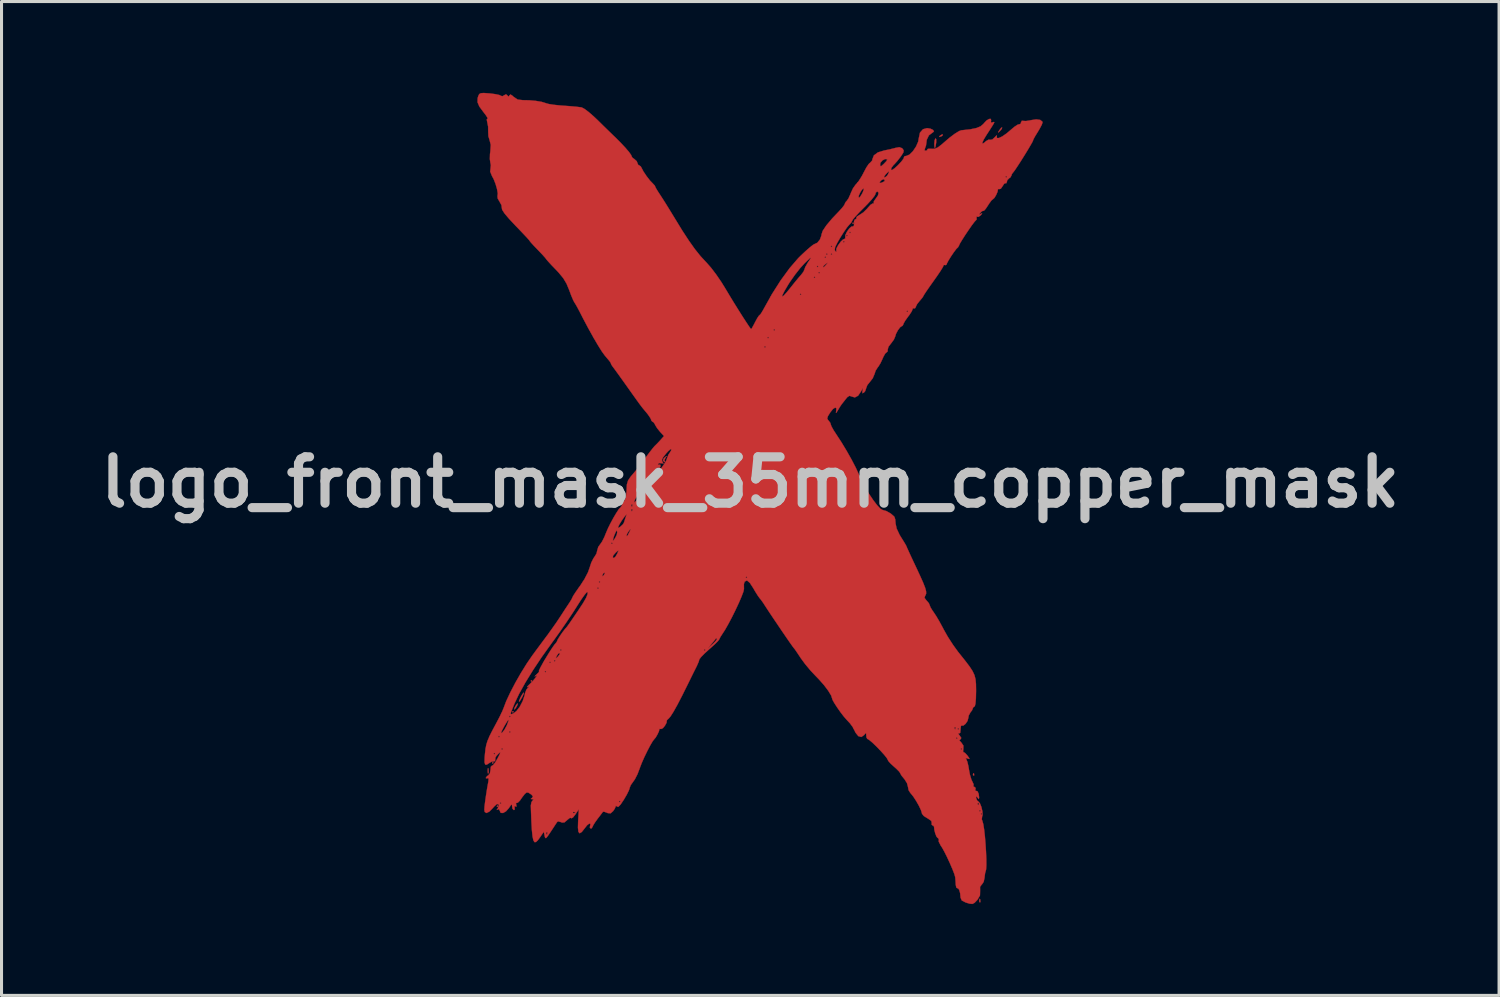
<source format=kicad_pcb>
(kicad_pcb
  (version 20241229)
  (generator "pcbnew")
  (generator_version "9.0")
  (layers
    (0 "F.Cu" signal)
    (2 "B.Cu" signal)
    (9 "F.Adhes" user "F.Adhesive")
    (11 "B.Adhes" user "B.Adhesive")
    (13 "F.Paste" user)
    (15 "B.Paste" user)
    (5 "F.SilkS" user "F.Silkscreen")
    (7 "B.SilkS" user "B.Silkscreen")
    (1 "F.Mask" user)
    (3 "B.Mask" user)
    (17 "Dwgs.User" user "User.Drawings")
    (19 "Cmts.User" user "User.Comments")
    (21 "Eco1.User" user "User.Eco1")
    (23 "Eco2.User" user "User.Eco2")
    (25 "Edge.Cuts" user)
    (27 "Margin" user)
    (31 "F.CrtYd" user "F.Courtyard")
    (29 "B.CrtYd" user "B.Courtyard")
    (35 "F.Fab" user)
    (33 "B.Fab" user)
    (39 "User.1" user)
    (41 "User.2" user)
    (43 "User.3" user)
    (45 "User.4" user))
  (footprint "logo_front_mask_35mm_copper_mask"
    (layer "F.Cu")
    (at 21.597 12.791)
    (property "Reference" "logo_front_mask_35mm_copper_mask" (at 0 0 0) (layer "Dwgs.User") (effects (font (size 1.524 1.524) (thickness 0.3))))
    (attr smd board_only exclude_from_bom)
    (fp_poly (pts (xy -8.433 9.22) (xy -8.458 9.246) (xy -8.484 9.22) (xy -8.458 9.195) (xy -8.433 9.22)) (stroke (width 0.01) (type solid)) (fill yes) (layer "F.Cu"))
    (fp_poly (pts (xy -8.28 10.643) (xy -8.306 10.668) (xy -8.331 10.643) (xy -8.306 10.617) (xy -8.28 10.643)) (stroke (width 0.01) (type solid)) (fill yes) (layer "F.Cu"))
    (fp_poly (pts (xy -7.772 7.544) (xy -7.798 7.569) (xy -7.823 7.544) (xy -7.798 7.518) (xy -7.772 7.544)) (stroke (width 0.01) (type solid)) (fill yes) (layer "F.Cu"))
    (fp_poly (pts (xy -7.163 6.528) (xy -7.188 6.553) (xy -7.214 6.528) (xy -7.188 6.502) (xy -7.163 6.528)) (stroke (width 0.01) (type solid)) (fill yes) (layer "F.Cu"))
    (fp_poly (pts (xy -2.997 -0.432) (xy -3.023 -0.406) (xy -3.048 -0.432) (xy -3.023 -0.457) (xy -2.997 -0.432)) (stroke (width 0.01) (type solid)) (fill yes) (layer "F.Cu"))
    (fp_poly (pts (xy 3.404 -8.509) (xy 3.378 -8.484) (xy 3.353 -8.509) (xy 3.378 -8.534) (xy 3.404 -8.509)) (stroke (width 0.01) (type solid)) (fill yes) (layer "F.Cu"))
    (fp_poly (pts (xy 7.349 9.567) (xy 7.355 9.628) (xy 7.349 9.635) (xy 7.319 9.628) (xy 7.315 9.601) (xy 7.334 9.559) (xy 7.349 9.567)) (stroke (width 0.01) (type solid)) (fill yes) (layer "F.Cu"))
    (fp_poly (pts (xy 7.553 13.706) (xy 7.559 13.786) (xy 7.549 13.804) (xy 7.526 13.789) (xy 7.522 13.737) (xy 7.535 13.683) (xy 7.553 13.706)) (stroke (width 0.01) (type solid)) (fill yes) (layer "F.Cu"))
    (fp_poly (pts (xy 6.326 -11.42) (xy 6.311 -11.382) (xy 6.263 -11.357) (xy 6.204 -11.342) (xy 6.228 -11.379) (xy 6.235 -11.386) (xy 6.301 -11.426) (xy 6.326 -11.42)) (stroke (width 0.01) (type solid)) (fill yes) (layer "F.Cu"))
    (fp_poly (pts (xy 8.262 -11.607) (xy 8.208 -11.543) (xy 8.146 -11.486) (xy 8.147 -11.505) (xy 8.184 -11.567) (xy 8.242 -11.642) (xy 8.275 -11.655) (xy 8.262 -11.607)) (stroke (width 0.01) (type solid)) (fill yes) (layer "F.Cu"))
    (fp_poly (pts (xy -8.603 9.403) (xy -8.601 9.412) (xy -8.593 9.522) (xy -8.603 9.564) (xy -8.619 9.566) (xy -8.626 9.486) (xy -8.626 9.474) (xy -8.619 9.395) (xy -8.603 9.403)) (stroke (width 0.01) (type solid)) (fill yes) (layer "F.Cu"))
    (fp_poly (pts (xy -7.642 7.302) (xy -7.671 7.366) (xy -7.723 7.446) (xy -7.751 7.468) (xy -7.75 7.43) (xy -7.722 7.366) (xy -7.669 7.286) (xy -7.642 7.264) (xy -7.642 7.302)) (stroke (width 0.01) (type solid)) (fill yes) (layer "F.Cu"))
    (fp_poly (pts (xy 6.107 -11.27) (xy 6.108 -11.172) (xy 6.105 -11.147) (xy 6.083 -11.016) (xy 6.062 -10.979) (xy 6.048 -11.038) (xy 6.045 -11.122) (xy 6.057 -11.237) (xy 6.085 -11.296) (xy 6.107 -11.27)) (stroke (width 0.01) (type solid)) (fill yes) (layer "F.Cu"))
    (fp_poly (pts (xy -2.758 -0.838) (xy -2.781 -0.808) (xy -2.818 -0.728) (xy -2.81 -0.694) (xy -2.801 -0.661) (xy -2.808 -0.66) (xy -2.86 -0.696) (xy -2.867 -0.705) (xy -2.854 -0.768) (xy -2.806 -0.82) (xy -2.747 -0.863) (xy -2.758 -0.838)) (stroke (width 0.01) (type solid)) (fill yes) (layer "F.Cu"))
    (fp_poly (pts (xy -7.443 6.948) (xy -7.484 7.044) (xy -7.493 7.061) (xy -7.553 7.164) (xy -7.595 7.213) (xy -7.597 7.214) (xy -7.594 7.175) (xy -7.553 7.079) (xy -7.544 7.061) (xy -7.484 6.958) (xy -7.442 6.909) (xy -7.44 6.909) (xy -7.443 6.948)) (stroke (width 0.01) (type solid)) (fill yes) (layer "F.Cu"))
    (fp_poly (pts (xy -8.587 -12.774) (xy -8.549 -12.771) (xy -8.373 -12.748) (xy -8.243 -12.72) (xy -8.187 -12.692) (xy -8.187 -12.692) (xy -8.141 -12.68) (xy -8.094 -12.707) (xy -8.023 -12.744) (xy -7.978 -12.704) (xy -7.938 -12.665) (xy -7.912 -12.707) (xy -7.876 -12.738) (xy -7.806 -12.691) (xy -7.775 -12.66) (xy -7.639 -12.57) (xy -7.477 -12.551) (xy -7.265 -12.547) (xy -7.044 -12.527) (xy -6.849 -12.494) (xy -6.718 -12.453) (xy -6.713 -12.45) (xy -6.623 -12.425) (xy -6.459 -12.399) (xy -6.251 -12.377) (xy -6.142 -12.369) (xy -5.917 -12.353) (xy -5.718 -12.335) (xy -5.575 -12.318) (xy -5.538 -12.312) (xy -5.45 -12.266) (xy -5.313 -12.164) (xy -5.148 -12.021) (xy -5.015 -11.896) (xy -4.83 -11.713) (xy -4.649 -11.537) (xy -4.499 -11.391) (xy -4.431 -11.326) (xy -4.259 -11.154) (xy -4.105 -10.99) (xy -3.985 -10.849) (xy -3.913 -10.748) (xy -3.898 -10.708) (xy -3.869 -10.658) (xy -3.809 -10.617) (xy -3.729 -10.544) (xy -3.708 -10.488) (xy -3.68 -10.422) (xy -3.656 -10.414) (xy -3.597 -10.373) (xy -3.571 -10.325) (xy -3.509 -10.207) (xy -3.407 -10.055) (xy -3.295 -9.91) (xy -3.203 -9.815) (xy -3.138 -9.745) (xy -3.124 -9.713) (xy -3.097 -9.655) (xy -3.028 -9.542) (xy -2.967 -9.449) (xy -2.878 -9.312) (xy -2.754 -9.116) (xy -2.613 -8.887) (xy -2.491 -8.687) (xy -2.237 -8.272) (xy -2.017 -7.935) (xy -1.82 -7.658) (xy -1.636 -7.428) (xy -1.453 -7.23) (xy -1.437 -7.214) (xy -1.291 -7.048) (xy -1.121 -6.825) (xy -0.95 -6.575) (xy -0.842 -6.401) (xy -0.7 -6.164) (xy -0.549 -5.915) (xy -0.397 -5.671) (xy -0.255 -5.446) (xy -0.132 -5.256) (xy -0.038 -5.115) (xy 0.018 -5.038) (xy 0.029 -5.029) (xy 0.058 -5.07) (xy 0.116 -5.176) (xy 0.158 -5.258) (xy 0.229 -5.389) (xy 0.284 -5.471) (xy 0.302 -5.486) (xy 0.342 -5.527) (xy 0.396 -5.613) (xy 5.131 -5.613) (xy 5.156 -5.588) (xy 5.182 -5.613) (xy 5.156 -5.639) (xy 5.131 -5.613) (xy 0.396 -5.613) (xy 0.406 -5.629) (xy 0.432 -5.677) (xy 0.666 -6.096) (xy 1.048 -6.096) (xy 1.099 -6.13) (xy 1.137 -6.172) (xy 1.626 -6.172) (xy 1.651 -6.147) (xy 1.676 -6.172) (xy 1.651 -6.198) (xy 1.626 -6.172) (xy 1.137 -6.172) (xy 1.205 -6.247) (xy 1.331 -6.403) (xy 1.461 -6.566) (xy 1.583 -6.714) (xy 1.598 -6.731) (xy 2.083 -6.731) (xy 2.108 -6.706) (xy 2.134 -6.731) (xy 2.108 -6.756) (xy 2.083 -6.731) (xy 1.598 -6.731) (xy 1.664 -6.806) (xy 1.724 -6.883) (xy 2.235 -6.883) (xy 2.261 -6.858) (xy 2.286 -6.883) (xy 2.261 -6.909) (xy 2.235 -6.883) (xy 1.724 -6.883) (xy 1.743 -6.907) (xy 1.778 -6.985) (xy 1.778 -6.987) (xy 1.804 -7.063) (xy 1.818 -7.087) (xy 2.184 -7.087) (xy 2.21 -7.061) (xy 2.235 -7.087) (xy 2.227 -7.095) (xy 2.398 -7.095) (xy 2.398 -7.062) (xy 2.407 -7.061) (xy 2.449 -7.096) (xy 2.496 -7.15) (xy 2.54 -7.21) (xy 2.513 -7.198) (xy 2.477 -7.169) (xy 2.398 -7.095) (xy 2.227 -7.095) (xy 2.21 -7.112) (xy 2.184 -7.087) (xy 1.818 -7.087) (xy 1.871 -7.184) (xy 1.91 -7.245) (xy 1.975 -7.343) (xy 1.995 -7.383) (xy 1.962 -7.361) (xy 1.868 -7.273) (xy 1.78 -7.188) (xy 1.635 -7.028) (xy 1.468 -6.815) (xy 1.307 -6.586) (xy 1.245 -6.489) (xy 1.12 -6.277) (xy 1.055 -6.146) (xy 1.048 -6.096) (xy 0.666 -6.096) (xy 0.709 -6.174) (xy 1.001 -6.633) (xy 1.295 -7.035) (xy 1.577 -7.362) (xy 1.607 -7.391) (xy 2.438 -7.391) (xy 2.464 -7.366) (xy 2.489 -7.391) (xy 2.464 -7.417) (xy 2.438 -7.391) (xy 1.607 -7.391) (xy 1.645 -7.43) (xy 1.712 -7.493) (xy 2.489 -7.493) (xy 2.515 -7.468) (xy 2.54 -7.493) (xy 2.642 -7.493) (xy 2.667 -7.468) (xy 2.692 -7.493) (xy 2.667 -7.518) (xy 2.642 -7.493) (xy 2.54 -7.493) (xy 2.515 -7.518) (xy 2.489 -7.493) (xy 1.712 -7.493) (xy 1.813 -7.588) (xy 1.856 -7.626) (xy 2.774 -7.626) (xy 2.812 -7.571) (xy 2.825 -7.569) (xy 2.83 -7.601) (xy 2.823 -7.614) (xy 2.831 -7.682) (xy 2.888 -7.788) (xy 2.967 -7.896) (xy 2.97 -7.899) (xy 3.048 -7.899) (xy 3.073 -7.874) (xy 3.099 -7.899) (xy 3.073 -7.925) (xy 3.048 -7.899) (xy 2.97 -7.899) (xy 3.046 -7.973) (xy 3.089 -7.989) (xy 3.124 -8.014) (xy 3.118 -8.049) (xy 3.124 -8.103) (xy 3.15 -8.103) (xy 3.175 -8.077) (xy 3.2 -8.103) (xy 3.175 -8.128) (xy 3.15 -8.103) (xy 3.124 -8.103) (xy 3.127 -8.127) (xy 3.165 -8.204) (xy 3.251 -8.204) (xy 3.277 -8.179) (xy 3.302 -8.204) (xy 3.277 -8.23) (xy 3.251 -8.204) (xy 3.165 -8.204) (xy 3.179 -8.233) (xy 3.251 -8.334) (xy 3.323 -8.398) (xy 3.361 -8.402) (xy 3.401 -8.417) (xy 3.413 -8.51) (xy 3.407 -8.572) (xy 3.434 -8.631) (xy 3.455 -8.636) (xy 3.49 -8.665) (xy 3.483 -8.681) (xy 3.504 -8.729) (xy 3.593 -8.784) (xy 3.595 -8.785) (xy 3.716 -8.865) (xy 3.839 -8.987) (xy 3.861 -9.014) (xy 3.95 -9.113) (xy 4.022 -9.158) (xy 4.039 -9.156) (xy 4.064 -9.153) (xy 4.054 -9.167) (xy 4.059 -9.227) (xy 4.118 -9.311) (xy 4.194 -9.419) (xy 4.215 -9.508) (xy 4.175 -9.55) (xy 4.166 -9.55) (xy 4.121 -9.509) (xy 4.115 -9.471) (xy 4.08 -9.404) (xy 3.987 -9.286) (xy 3.85 -9.136) (xy 3.734 -9.019) (xy 3.576 -8.86) (xy 3.451 -8.726) (xy 3.372 -8.632) (xy 3.353 -8.598) (xy 3.319 -8.531) (xy 3.252 -8.459) (xy 3.177 -8.37) (xy 3.075 -8.222) (xy 2.963 -8.045) (xy 2.862 -7.871) (xy 2.791 -7.729) (xy 2.788 -7.722) (xy 2.774 -7.626) (xy 1.856 -7.626) (xy 1.959 -7.716) (xy 1.998 -7.747) (xy 2.642 -7.747) (xy 2.667 -7.722) (xy 2.692 -7.747) (xy 2.667 -7.772) (xy 2.642 -7.747) (xy 1.998 -7.747) (xy 2.064 -7.799) (xy 2.109 -7.823) (xy 2.203 -7.867) (xy 2.288 -7.972) (xy 2.335 -8.1) (xy 2.338 -8.132) (xy 2.379 -8.257) (xy 2.499 -8.437) (xy 2.693 -8.667) (xy 2.908 -8.893) (xy 3.015 -9.01) (xy 3.085 -9.101) (xy 3.099 -9.134) (xy 3.134 -9.205) (xy 3.167 -9.239) (xy 3.225 -9.321) (xy 3.248 -9.37) (xy 3.556 -9.37) (xy 3.575 -9.346) (xy 3.626 -9.402) (xy 3.683 -9.5) (xy 3.724 -9.601) (xy 3.723 -9.651) (xy 3.718 -9.652) (xy 3.672 -9.612) (xy 3.614 -9.521) (xy 3.568 -9.422) (xy 3.556 -9.37) (xy 3.248 -9.37) (xy 3.286 -9.455) (xy 3.301 -9.496) (xy 3.372 -9.651) (xy 3.462 -9.778) (xy 3.48 -9.795) (xy 3.513 -9.834) (xy 4.241 -9.834) (xy 4.292 -9.834) (xy 4.315 -9.84) (xy 4.399 -9.88) (xy 4.42 -9.912) (xy 4.389 -9.955) (xy 4.32 -9.931) (xy 4.271 -9.885) (xy 4.241 -9.834) (xy 3.513 -9.834) (xy 3.563 -9.895) (xy 3.653 -10.037) (xy 4.396 -10.037) (xy 4.41 -10.008) (xy 4.452 -10.033) (xy 8.382 -10.033) (xy 8.407 -10.008) (xy 8.433 -10.033) (xy 8.407 -10.058) (xy 8.382 -10.033) (xy 4.452 -10.033) (xy 4.476 -10.047) (xy 4.521 -10.109) (xy 4.556 -10.188) (xy 4.556 -10.211) (xy 4.512 -10.178) (xy 4.445 -10.109) (xy 4.396 -10.037) (xy 3.653 -10.037) (xy 3.661 -10.049) (xy 3.73 -10.182) (xy 3.813 -10.338) (xy 3.89 -10.453) (xy 4.267 -10.453) (xy 4.272 -10.385) (xy 4.3 -10.382) (xy 4.375 -10.447) (xy 4.394 -10.465) (xy 4.473 -10.55) (xy 4.501 -10.602) (xy 4.499 -10.605) (xy 4.428 -10.617) (xy 4.341 -10.571) (xy 4.277 -10.495) (xy 4.267 -10.453) (xy 3.89 -10.453) (xy 3.891 -10.453) (xy 3.94 -10.498) (xy 4.003 -10.567) (xy 4.013 -10.615) (xy 4.061 -10.737) (xy 4.193 -10.835) (xy 4.393 -10.896) (xy 4.394 -10.897) (xy 4.575 -10.933) (xy 4.747 -10.976) (xy 4.762 -10.981) (xy 4.895 -11.006) (xy 4.981 -10.975) (xy 5.002 -10.957) (xy 5.04 -10.901) (xy 5.03 -10.834) (xy 4.964 -10.728) (xy 4.934 -10.686) (xy 4.83 -10.552) (xy 4.736 -10.447) (xy 4.707 -10.42) (xy 4.638 -10.329) (xy 4.623 -10.27) (xy 4.653 -10.253) (xy 4.743 -10.314) (xy 4.849 -10.412) (xy 4.963 -10.534) (xy 5.035 -10.63) (xy 5.049 -10.676) (xy 5.069 -10.71) (xy 5.127 -10.719) (xy 5.231 -10.763) (xy 5.343 -10.874) (xy 5.445 -11.026) (xy 5.516 -11.187) (xy 5.537 -11.307) (xy 5.574 -11.482) (xy 5.674 -11.596) (xy 5.808 -11.632) (xy 5.919 -11.614) (xy 6.003 -11.573) (xy 6.034 -11.527) (xy 6.006 -11.498) (xy 5.868 -11.395) (xy 5.796 -11.245) (xy 5.791 -11.194) (xy 5.772 -11.057) (xy 5.743 -10.978) (xy 5.723 -10.905) (xy 5.766 -10.888) (xy 5.816 -10.91) (xy 5.812 -10.93) (xy 5.837 -10.953) (xy 5.933 -10.954) (xy 5.949 -10.952) (xy 6.058 -10.954) (xy 6.163 -10.999) (xy 6.294 -11.1) (xy 6.346 -11.146) (xy 6.54 -11.313) (xy 6.718 -11.447) (xy 6.859 -11.534) (xy 6.934 -11.561) (xy 7.222 -11.592) (xy 7.426 -11.634) (xy 7.566 -11.691) (xy 7.659 -11.77) (xy 7.675 -11.792) (xy 7.76 -11.882) (xy 7.844 -11.933) (xy 7.903 -11.935) (xy 7.913 -11.88) (xy 7.907 -11.864) (xy 7.909 -11.814) (xy 7.961 -11.822) (xy 8.002 -11.836) (xy 8.017 -11.827) (xy 7.999 -11.783) (xy 7.943 -11.69) (xy 7.842 -11.533) (xy 7.766 -11.417) (xy 7.668 -11.256) (xy 7.624 -11.156) (xy 7.634 -11.122) (xy 7.699 -11.163) (xy 7.743 -11.205) (xy 7.829 -11.254) (xy 7.881 -11.248) (xy 7.95 -11.258) (xy 8.034 -11.334) (xy 8.09 -11.394) (xy 8.102 -11.379) (xy 8.099 -11.37) (xy 8.102 -11.308) (xy 8.166 -11.307) (xy 8.277 -11.359) (xy 8.421 -11.459) (xy 8.548 -11.567) (xy 8.679 -11.677) (xy 8.785 -11.746) (xy 8.84 -11.76) (xy 8.882 -11.773) (xy 8.89 -11.813) (xy 8.92 -11.874) (xy 8.962 -11.87) (xy 9.057 -11.865) (xy 9.195 -11.887) (xy 9.218 -11.893) (xy 9.39 -11.92) (xy 9.524 -11.902) (xy 9.596 -11.845) (xy 9.601 -11.818) (xy 9.576 -11.743) (xy 9.509 -11.616) (xy 9.442 -11.503) (xy 9.358 -11.367) (xy 9.305 -11.27) (xy 9.293 -11.237) (xy 9.274 -11.189) (xy 9.211 -11.077) (xy 9.118 -10.919) (xy 9.007 -10.738) (xy 8.891 -10.553) (xy 8.782 -10.385) (xy 8.694 -10.253) (xy 8.638 -10.178) (xy 8.627 -10.168) (xy 8.588 -10.11) (xy 8.585 -10.085) (xy 8.544 -10.01) (xy 8.509 -9.989) (xy 8.441 -9.92) (xy 8.433 -9.879) (xy 8.412 -9.823) (xy 8.389 -9.825) (xy 8.34 -9.805) (xy 8.288 -9.724) (xy 8.23 -9.641) (xy 8.177 -9.628) (xy 8.136 -9.632) (xy 8.136 -9.618) (xy 8.123 -9.542) (xy 8.077 -9.435) (xy 8.019 -9.339) (xy 7.971 -9.296) (xy 7.97 -9.296) (xy 7.923 -9.257) (xy 7.849 -9.156) (xy 7.809 -9.093) (xy 7.733 -8.979) (xy 7.677 -8.919) (xy 7.661 -8.916) (xy 7.613 -8.904) (xy 7.564 -8.856) (xy 7.519 -8.796) (xy 7.544 -8.799) (xy 7.569 -8.814) (xy 7.618 -8.837) (xy 7.597 -8.8) (xy 7.576 -8.773) (xy 7.5 -8.718) (xy 7.454 -8.721) (xy 7.425 -8.72) (xy 7.435 -8.698) (xy 7.435 -8.628) (xy 7.419 -8.612) (xy 7.367 -8.556) (xy 7.279 -8.44) (xy 7.172 -8.286) (xy 7.06 -8.12) (xy 6.96 -7.963) (xy 6.887 -7.841) (xy 6.858 -7.777) (xy 6.858 -7.776) (xy 6.824 -7.715) (xy 6.82 -7.713) (xy 6.767 -7.661) (xy 6.684 -7.551) (xy 6.592 -7.415) (xy 6.51 -7.282) (xy 6.459 -7.185) (xy 6.452 -7.158) (xy 6.42 -7.129) (xy 6.401 -7.137) (xy 6.354 -7.135) (xy 6.35 -7.117) (xy 6.322 -7.058) (xy 6.246 -6.935) (xy 6.133 -6.768) (xy 6.02 -6.608) (xy 5.887 -6.421) (xy 5.78 -6.266) (xy 5.71 -6.159) (xy 5.69 -6.121) (xy 5.658 -6.068) (xy 5.581 -5.975) (xy 5.563 -5.955) (xy 5.478 -5.847) (xy 5.437 -5.76) (xy 5.436 -5.751) (xy 5.407 -5.708) (xy 5.385 -5.715) (xy 5.338 -5.708) (xy 5.334 -5.687) (xy 5.305 -5.615) (xy 5.23 -5.499) (xy 5.182 -5.436) (xy 5.092 -5.311) (xy 5.037 -5.215) (xy 5.029 -5.187) (xy 4.998 -5.133) (xy 4.984 -5.131) (xy 4.923 -5.09) (xy 4.849 -4.991) (xy 4.786 -4.871) (xy 4.761 -4.787) (xy 4.717 -4.684) (xy 4.634 -4.572) (xy 4.539 -4.449) (xy 4.512 -4.344) (xy 4.515 -4.305) (xy 4.484 -4.268) (xy 4.476 -4.267) (xy 4.431 -4.224) (xy 4.372 -4.117) (xy 4.347 -4.059) (xy 4.278 -3.911) (xy 4.206 -3.795) (xy 4.187 -3.773) (xy 4.119 -3.666) (xy 4.081 -3.553) (xy 4.023 -3.415) (xy 3.931 -3.297) (xy 3.846 -3.192) (xy 3.81 -3.098) (xy 3.81 -3.096) (xy 3.773 -2.991) (xy 3.738 -2.95) (xy 3.687 -2.921) (xy 3.682 -2.972) (xy 3.688 -3.007) (xy 3.701 -3.084) (xy 3.686 -3.073) (xy 3.647 -2.997) (xy 3.543 -2.842) (xy 3.435 -2.785) (xy 3.339 -2.813) (xy 3.261 -2.839) (xy 3.19 -2.796) (xy 3.146 -2.743) (xy 3.062 -2.636) (xy 3.003 -2.562) (xy 2.948 -2.481) (xy 2.877 -2.362) (xy 2.875 -2.358) (xy 2.823 -2.278) (xy 2.812 -2.288) (xy 2.82 -2.32) (xy 2.83 -2.426) (xy 2.791 -2.453) (xy 2.716 -2.405) (xy 2.625 -2.29) (xy 2.548 -2.164) (xy 2.528 -2.09) (xy 2.558 -2.039) (xy 2.568 -2.03) (xy 2.631 -1.947) (xy 2.642 -1.904) (xy 2.669 -1.831) (xy 2.739 -1.705) (xy 2.823 -1.576) (xy 2.991 -1.319) (xy 3.164 -1.033) (xy 3.327 -0.744) (xy 3.465 -0.479) (xy 3.563 -0.265) (xy 3.577 -0.229) (xy 3.661 -0.038) (xy 3.775 0.174) (xy 3.906 0.39) (xy 4.041 0.591) (xy 4.168 0.757) (xy 4.274 0.871) (xy 4.345 0.912) (xy 4.47 0.947) (xy 4.613 1.028) (xy 4.725 1.125) (xy 4.736 1.14) (xy 4.763 1.225) (xy 4.774 1.357) (xy 4.774 1.361) (xy 4.809 1.524) (xy 4.905 1.728) (xy 4.953 1.807) (xy 5.044 1.952) (xy 5.108 2.06) (xy 5.131 2.105) (xy 5.151 2.155) (xy 5.208 2.281) (xy 5.292 2.463) (xy 5.397 2.687) (xy 5.436 2.769) (xy 5.578 3.074) (xy 5.68 3.302) (xy 5.744 3.466) (xy 5.775 3.58) (xy 5.778 3.657) (xy 5.758 3.711) (xy 5.746 3.727) (xy 5.723 3.797) (xy 5.783 3.879) (xy 5.791 3.886) (xy 5.867 3.975) (xy 5.893 4.037) (xy 5.921 4.111) (xy 5.992 4.226) (xy 6.024 4.27) (xy 6.109 4.399) (xy 6.218 4.584) (xy 6.33 4.791) (xy 6.356 4.842) (xy 6.49 5.079) (xy 6.659 5.341) (xy 6.828 5.575) (xy 6.852 5.604) (xy 7.054 5.857) (xy 7.201 6.05) (xy 7.302 6.204) (xy 7.365 6.338) (xy 7.399 6.471) (xy 7.414 6.624) (xy 7.417 6.815) (xy 7.417 6.87) (xy 7.412 7.102) (xy 7.398 7.269) (xy 7.377 7.357) (xy 7.366 7.366) (xy 7.317 7.405) (xy 7.315 7.42) (xy 7.283 7.498) (xy 7.239 7.551) (xy 7.177 7.663) (xy 7.163 7.743) (xy 7.136 7.843) (xy 7.072 7.937) (xy 6.999 7.996) (xy 6.943 7.993) (xy 6.92 8.012) (xy 6.909 8.106) (xy 6.909 8.123) (xy 6.897 8.233) (xy 6.858 8.255) (xy 6.845 8.249) (xy 6.827 8.253) (xy 6.872 8.315) (xy 6.874 8.317) (xy 6.931 8.4) (xy 6.912 8.442) (xy 6.899 8.447) (xy 6.869 8.482) (xy 6.926 8.544) (xy 6.929 8.546) (xy 7.001 8.653) (xy 7 8.754) (xy 6.991 8.844) (xy 7.005 8.868) (xy 7.053 8.891) (xy 7.128 8.972) (xy 7.134 8.98) (xy 7.196 9.068) (xy 7.196 9.093) (xy 7.139 9.076) (xy 7.078 9.061) (xy 7.097 9.103) (xy 7.098 9.105) (xy 7.133 9.189) (xy 7.167 9.336) (xy 7.184 9.442) (xy 7.218 9.619) (xy 7.265 9.771) (xy 7.292 9.827) (xy 7.336 9.921) (xy 7.332 9.974) (xy 7.338 10.004) (xy 7.363 10.008) (xy 7.404 10.044) (xy 7.397 10.086) (xy 7.392 10.14) (xy 7.412 10.138) (xy 7.463 10.152) (xy 7.503 10.236) (xy 7.518 10.355) (xy 7.509 10.411) (xy 7.474 10.374) (xy 7.468 10.363) (xy 7.428 10.315) (xy 7.418 10.359) (xy 7.418 10.37) (xy 7.453 10.458) (xy 7.486 10.48) (xy 7.543 10.546) (xy 7.594 10.672) (xy 7.626 10.817) (xy 7.63 10.939) (xy 7.617 10.978) (xy 7.605 11.072) (xy 7.628 11.139) (xy 7.655 11.235) (xy 7.682 11.406) (xy 7.707 11.628) (xy 7.728 11.88) (xy 7.744 12.137) (xy 7.754 12.379) (xy 7.755 12.581) (xy 7.747 12.721) (xy 7.735 12.77) (xy 7.713 12.848) (xy 7.697 12.977) (xy 7.696 12.993) (xy 7.667 13.128) (xy 7.61 13.213) (xy 7.605 13.215) (xy 7.549 13.291) (xy 7.55 13.425) (xy 7.546 13.575) (xy 7.468 13.709) (xy 7.452 13.729) (xy 7.367 13.818) (xy 7.296 13.854) (xy 7.201 13.844) (xy 7.074 13.805) (xy 6.948 13.74) (xy 6.908 13.647) (xy 6.908 13.645) (xy 6.894 13.499) (xy 6.861 13.386) (xy 6.818 13.336) (xy 6.801 13.339) (xy 6.768 13.316) (xy 6.75 13.224) (xy 6.741 13.073) (xy 6.732 12.972) (xy 6.704 12.872) (xy 6.641 12.71) (xy 6.557 12.515) (xy 6.463 12.312) (xy 6.372 12.13) (xy 6.297 11.996) (xy 6.262 11.947) (xy 6.19 11.806) (xy 6.192 11.722) (xy 6.16 11.685) (xy 6.153 11.684) (xy 6.117 11.641) (xy 6.077 11.539) (xy 6.046 11.419) (xy 6.037 11.324) (xy 6.038 11.316) (xy 6.006 11.279) (xy 5.989 11.278) (xy 5.955 11.241) (xy 5.962 11.2) (xy 5.946 11.125) (xy 5.836 11.048) (xy 5.816 11.038) (xy 5.701 10.965) (xy 5.647 10.897) (xy 7.569 10.897) (xy 7.595 10.922) (xy 7.62 10.897) (xy 7.595 10.871) (xy 7.569 10.897) (xy 5.647 10.897) (xy 5.641 10.889) (xy 5.638 10.874) (xy 5.615 10.795) (xy 7.518 10.795) (xy 7.544 10.82) (xy 7.569 10.795) (xy 7.544 10.77) (xy 7.518 10.795) (xy 5.615 10.795) (xy 5.611 10.781) (xy 5.543 10.636) (xy 5.504 10.566) (xy 7.468 10.566) (xy 7.486 10.608) (xy 7.501 10.6) (xy 7.508 10.54) (xy 7.501 10.533) (xy 7.471 10.54) (xy 7.468 10.566) (xy 5.504 10.566) (xy 5.452 10.475) (xy 5.356 10.327) (xy 5.275 10.226) (xy 5.263 10.215) (xy 5.2 10.115) (xy 5.182 10.014) (xy 5.148 9.886) (xy 5.065 9.754) (xy 5.055 9.743) (xy 4.971 9.641) (xy 4.929 9.569) (xy 4.928 9.562) (xy 4.892 9.507) (xy 4.8 9.414) (xy 4.724 9.347) (xy 4.609 9.242) (xy 4.536 9.159) (xy 4.521 9.129) (xy 4.487 9.064) (xy 4.398 8.952) (xy 4.274 8.815) (xy 4.224 8.763) (xy 6.909 8.763) (xy 6.934 8.788) (xy 6.96 8.763) (xy 6.934 8.738) (xy 6.909 8.763) (xy 4.224 8.763) (xy 4.136 8.673) (xy 4.005 8.548) (xy 3.901 8.462) (xy 3.848 8.433) (xy 3.83 8.407) (xy 6.756 8.407) (xy 6.782 8.433) (xy 6.807 8.407) (xy 6.782 8.382) (xy 6.756 8.407) (xy 3.83 8.407) (xy 3.818 8.39) (xy 3.81 8.321) (xy 3.805 8.244) (xy 3.775 8.259) (xy 3.741 8.304) (xy 3.649 8.369) (xy 3.549 8.341) (xy 3.458 8.227) (xy 3.442 8.193) (xy 3.383 8.077) (xy 6.706 8.077) (xy 6.724 8.119) (xy 6.739 8.111) (xy 6.74 8.103) (xy 6.807 8.103) (xy 6.833 8.128) (xy 6.858 8.103) (xy 6.833 8.077) (xy 6.807 8.103) (xy 6.74 8.103) (xy 6.746 8.051) (xy 6.739 8.043) (xy 6.709 8.05) (xy 6.706 8.077) (xy 3.383 8.077) (xy 3.366 8.044) (xy 3.273 7.918) (xy 3.165 7.802) (xy 3.072 7.696) (xy 2.962 7.552) (xy 2.852 7.395) (xy 2.759 7.252) (xy 2.702 7.148) (xy 2.692 7.116) (xy 2.657 7.007) (xy 2.561 6.849) (xy 2.419 6.661) (xy 2.243 6.463) (xy 2.157 6.375) (xy 1.979 6.186) (xy 1.801 5.972) (xy 1.659 5.779) (xy 1.651 5.766) (xy 1.549 5.612) (xy 1.468 5.494) (xy 1.423 5.437) (xy 1.422 5.436) (xy 1.386 5.389) (xy 1.305 5.274) (xy 1.19 5.108) (xy 1.054 4.909) (xy 0.908 4.693) (xy 0.762 4.477) (xy 0.629 4.278) (xy 0.52 4.112) (xy 0.446 3.998) (xy 0.432 3.975) (xy 0.351 3.861) (xy 0.314 3.818) (xy 0.253 3.735) (xy 0.166 3.597) (xy 0.095 3.475) (xy -0.014 3.307) (xy -0.098 3.235) (xy -0.13 3.234) (xy -0.186 3.27) (xy -0.209 3.343) (xy -0.208 3.482) (xy -0.206 3.505) (xy -0.226 3.596) (xy -0.286 3.754) (xy -0.374 3.96) (xy -0.483 4.193) (xy -0.601 4.432) (xy -0.72 4.657) (xy -0.828 4.847) (xy -0.902 4.961) (xy -0.976 5.075) (xy -1.017 5.154) (xy -1.02 5.164) (xy -1.058 5.215) (xy -1.155 5.313) (xy -1.294 5.439) (xy -1.348 5.486) (xy -1.496 5.621) (xy -1.61 5.736) (xy -1.669 5.811) (xy -1.674 5.824) (xy -1.697 5.903) (xy -1.753 6.03) (xy -1.776 6.078) (xy -1.85 6.224) (xy -1.946 6.419) (xy -2.046 6.623) (xy -2.049 6.629) (xy -2.235 7.003) (xy -2.394 7.31) (xy -2.525 7.544) (xy -2.622 7.696) (xy -2.673 7.755) (xy -2.733 7.812) (xy -2.742 7.831) (xy -2.751 7.902) (xy -2.803 7.997) (xy -2.87 8.079) (xy -2.927 8.107) (xy -2.929 8.106) (xy -2.983 8.103) (xy -2.986 8.117) (xy -3.001 8.184) (xy -3.051 8.29) (xy -3.11 8.39) (xy -3.147 8.433) (xy -3.204 8.505) (xy -3.287 8.646) (xy -3.383 8.83) (xy -3.481 9.032) (xy -3.567 9.227) (xy -3.629 9.389) (xy -3.635 9.407) (xy -3.706 9.593) (xy -3.791 9.759) (xy -3.844 9.834) (xy -3.924 9.947) (xy -3.962 10.038) (xy -3.962 10.046) (xy -3.988 10.124) (xy -4.054 10.258) (xy -4.148 10.419) (xy -4.149 10.421) (xy -4.259 10.586) (xy -4.333 10.663) (xy -4.376 10.657) (xy -4.412 10.627) (xy -4.419 10.645) (xy -4.449 10.721) (xy -4.506 10.804) (xy -4.588 10.877) (xy -4.679 10.87) (xy -4.709 10.857) (xy -4.802 10.824) (xy -4.839 10.825) (xy -4.875 10.874) (xy -4.953 10.976) (xy -5.017 11.059) (xy -5.11 11.189) (xy -5.17 11.29) (xy -5.182 11.325) (xy -5.221 11.377) (xy -5.238 11.379) (xy -5.272 11.342) (xy -5.265 11.305) (xy -5.251 11.224) (xy -5.288 11.213) (xy -5.359 11.267) (xy -5.431 11.358) (xy -5.534 11.489) (xy -5.604 11.533) (xy -5.646 11.486) (xy -5.661 11.345) (xy -5.655 11.138) (xy -5.633 10.744) (xy -5.747 10.917) (xy -5.821 11.011) (xy -5.872 11.042) (xy -5.881 11.033) (xy -5.923 11.025) (xy -6.003 11.087) (xy -6.013 11.097) (xy -6.107 11.177) (xy -6.187 11.18) (xy -6.218 11.166) (xy -6.311 11.141) (xy -6.343 11.161) (xy -6.387 11.225) (xy -6.467 11.347) (xy -6.553 11.478) (xy -6.65 11.621) (xy -6.705 11.688) (xy -6.735 11.689) (xy -6.753 11.633) (xy -6.756 11.615) (xy -6.772 11.532) (xy -6.706 11.532) (xy -6.687 11.573) (xy -6.672 11.565) (xy -6.666 11.505) (xy -6.672 11.498) (xy -6.702 11.505) (xy -6.706 11.532) (xy -6.772 11.532) (xy -6.782 11.482) (xy -6.903 11.659) (xy -6.979 11.763) (xy -7.041 11.821) (xy -7.089 11.823) (xy -7.125 11.764) (xy -7.153 11.636) (xy -7.174 11.43) (xy -7.191 11.14) (xy -7.202 10.837) (xy -5.825 10.837) (xy -5.818 10.868) (xy -5.791 10.871) (xy -5.749 10.853) (xy -5.757 10.837) (xy -5.818 10.831) (xy -5.825 10.837) (xy -7.202 10.837) (xy -7.205 10.759) (xy -7.209 10.62) (xy -7.189 10.509) (xy -7.175 10.49) (xy -4.318 10.49) (xy -4.293 10.516) (xy -4.267 10.49) (xy -4.293 10.465) (xy -4.318 10.49) (xy -7.175 10.49) (xy -7.15 10.456) (xy -7.118 10.422) (xy -7.163 10.414) (xy -7.211 10.404) (xy -7.17 10.369) (xy -7.138 10.325) (xy -7.187 10.266) (xy -7.221 10.241) (xy -7.291 10.197) (xy -7.346 10.192) (xy -7.406 10.239) (xy -7.491 10.349) (xy -7.566 10.456) (xy -7.634 10.526) (xy -7.679 10.536) (xy -7.699 10.552) (xy -7.687 10.597) (xy -7.679 10.657) (xy -7.712 10.648) (xy -7.75 10.646) (xy -7.741 10.691) (xy -7.742 10.758) (xy -7.767 10.77) (xy -7.811 10.727) (xy -7.824 10.655) (xy -7.83 10.591) (xy -7.857 10.6) (xy -7.919 10.689) (xy -7.931 10.706) (xy -8.024 10.811) (xy -8.121 10.866) (xy -8.198 10.862) (xy -8.23 10.792) (xy -8.23 10.792) (xy -8.256 10.74) (xy -8.293 10.751) (xy -8.331 10.766) (xy -8.298 10.717) (xy -8.296 10.714) (xy -8.262 10.624) (xy -8.272 10.58) (xy -8.325 10.573) (xy -8.419 10.659) (xy -8.449 10.696) (xy -8.571 10.82) (xy -8.666 10.867) (xy -8.724 10.832) (xy -8.737 10.757) (xy -8.729 10.644) (xy -8.716 10.541) (xy -8.23 10.541) (xy -8.204 10.566) (xy -8.179 10.541) (xy -8.204 10.516) (xy -8.23 10.541) (xy -8.716 10.541) (xy -8.706 10.463) (xy -8.675 10.247) (xy -8.64 10.028) (xy -8.605 9.839) (xy -8.604 9.836) (xy -8.595 9.735) (xy -8.628 9.723) (xy -8.631 9.725) (xy -8.681 9.729) (xy -8.687 9.711) (xy -8.646 9.653) (xy -8.611 9.634) (xy -8.553 9.563) (xy -8.534 9.447) (xy -8.523 9.347) (xy -8.494 9.316) (xy -8.491 9.317) (xy -8.446 9.291) (xy -8.374 9.195) (xy -8.306 9.079) (xy -8.234 8.94) (xy -8.211 8.879) (xy -8.236 8.887) (xy -8.267 8.915) (xy -8.342 8.997) (xy -8.37 9.042) (xy -8.383 9.157) (xy -8.423 9.175) (xy -8.425 9.174) (xy -8.494 9.18) (xy -8.565 9.22) (xy -8.655 9.278) (xy -8.708 9.275) (xy -8.73 9.201) (xy -8.726 9.044) (xy -8.716 8.928) (xy -8.715 8.915) (xy -8.433 8.915) (xy -8.407 8.941) (xy -8.382 8.915) (xy -8.407 8.89) (xy -8.433 8.915) (xy -8.715 8.915) (xy -8.698 8.766) (xy -8.697 8.763) (xy -8.179 8.763) (xy -8.153 8.788) (xy -8.128 8.763) (xy -8.153 8.738) (xy -8.179 8.763) (xy -8.697 8.763) (xy -8.673 8.629) (xy -8.632 8.496) (xy -8.572 8.357) (xy -8.28 8.357) (xy -8.255 8.382) (xy -8.23 8.357) (xy -8.255 8.331) (xy -8.28 8.357) (xy -8.572 8.357) (xy -8.567 8.343) (xy -8.516 8.242) (xy -8.185 8.242) (xy -8.157 8.233) (xy -8.134 8.204) (xy -7.925 8.204) (xy -7.899 8.23) (xy -7.874 8.204) (xy -7.899 8.179) (xy -7.925 8.204) (xy -8.134 8.204) (xy -8.08 8.138) (xy -8.005 8.002) (xy -7.997 7.985) (xy -7.946 7.849) (xy -7.94 7.803) (xy -7.977 7.843) (xy -8.054 7.968) (xy -8.096 8.042) (xy -8.167 8.179) (xy -8.185 8.242) (xy -8.516 8.242) (xy -8.469 8.149) (xy -8.33 7.889) (xy -8.322 7.874) (xy -8.229 7.696) (xy -7.925 7.696) (xy -7.899 7.722) (xy -7.874 7.696) (xy -7.899 7.671) (xy -7.925 7.696) (xy -8.229 7.696) (xy -8.227 7.692) (xy -8.185 7.603) (xy -7.874 7.603) (xy -7.841 7.621) (xy -7.761 7.581) (xy -7.68 7.516) (xy -7.573 7.377) (xy -7.475 7.187) (xy -7.412 6.997) (xy -7.401 6.934) (xy -7.356 6.815) (xy -7.315 6.765) (xy -7.265 6.717) (xy -7.293 6.723) (xy -7.315 6.733) (xy -7.334 6.727) (xy -7.285 6.67) (xy -7.261 6.648) (xy -7.147 6.533) (xy -7.058 6.426) (xy -7.012 6.357) (xy -7.03 6.355) (xy -7.064 6.375) (xy -7.084 6.38) (xy -7.037 6.329) (xy -7.013 6.306) (xy -6.944 6.237) (xy -6.938 6.223) (xy -6.756 6.223) (xy -6.731 6.248) (xy -6.706 6.223) (xy -6.731 6.198) (xy -6.756 6.223) (xy -6.938 6.223) (xy -6.934 6.214) (xy -6.942 6.218) (xy -6.942 6.19) (xy -6.897 6.093) (xy -6.814 5.941) (xy -6.801 5.918) (xy -6.604 5.918) (xy -6.579 5.944) (xy -6.553 5.918) (xy -6.579 5.893) (xy -6.604 5.918) (xy -6.801 5.918) (xy -6.771 5.867) (xy -6.452 5.867) (xy -6.426 5.893) (xy -6.401 5.867) (xy -6.426 5.842) (xy -6.452 5.867) (xy -6.771 5.867) (xy -6.719 5.779) (xy -6.719 5.779) (xy -6.39 5.779) (xy -6.374 5.778) (xy -6.321 5.729) (xy -6.262 5.652) (xy -6.26 5.61) (xy -6.302 5.626) (xy -6.352 5.698) (xy -6.39 5.779) (xy -6.719 5.779) (xy -6.6 5.585) (xy -6.552 5.512) (xy -6.248 5.512) (xy -6.223 5.537) (xy -6.198 5.512) (xy -1.524 5.512) (xy -1.499 5.537) (xy -1.473 5.512) (xy -1.499 5.486) (xy -1.524 5.512) (xy -6.198 5.512) (xy -6.223 5.486) (xy -6.248 5.512) (xy -6.552 5.512) (xy -6.519 5.461) (xy -1.397 5.461) (xy -1.232 5.312) (xy -1.138 5.217) (xy -1.092 5.152) (xy -1.093 5.139) (xy -1.13 5.135) (xy -1.168 5.184) (xy -1.246 5.28) (xy -1.27 5.309) (xy -1.397 5.461) (xy -6.519 5.461) (xy -6.497 5.427) (xy -6.423 5.323) (xy -6.393 5.292) (xy -6.351 5.234) (xy -6.35 5.225) (xy -6.322 5.163) (xy -6.254 5.053) (xy -6.168 4.928) (xy -6.085 4.82) (xy -6.044 4.775) (xy -5.999 4.718) (xy -5.932 4.623) (xy -5.857 4.514) (xy -5.751 4.358) (xy -5.653 4.215) (xy -5.494 3.973) (xy -5.393 3.797) (xy -5.345 3.677) (xy -5.344 3.603) (xy -5.376 3.619) (xy -5.45 3.708) (xy -5.554 3.855) (xy -5.678 4.048) (xy -5.69 4.068) (xy -5.841 4.304) (xy -6.032 4.589) (xy -6.242 4.894) (xy -6.451 5.186) (xy -6.522 5.283) (xy -6.845 5.735) (xy -7.138 6.174) (xy -7.392 6.587) (xy -7.597 6.956) (xy -7.744 7.267) (xy -7.751 7.284) (xy -7.814 7.442) (xy -7.859 7.558) (xy -7.874 7.603) (xy -8.185 7.603) (xy -8.149 7.529) (xy -8.104 7.419) (xy -8.103 7.417) (xy -8.017 7.191) (xy -7.884 6.907) (xy -7.719 6.59) (xy -7.534 6.266) (xy -7.343 5.958) (xy -7.167 5.701) (xy -7.015 5.494) (xy -6.839 5.257) (xy -6.679 5.041) (xy -6.678 5.041) (xy -6.525 4.829) (xy -6.364 4.6) (xy -6.231 4.4) (xy -6.227 4.394) (xy -6.113 4.218) (xy -6.007 4.057) (xy -5.937 3.952) (xy -5.872 3.848) (xy -5.842 3.783) (xy -5.842 3.781) (xy -5.814 3.728) (xy -5.74 3.614) (xy -5.646 3.48) (xy -5.029 3.48) (xy -5.004 3.505) (xy -4.978 3.48) (xy -5.004 3.454) (xy -5.029 3.48) (xy -5.646 3.48) (xy -5.633 3.46) (xy -5.589 3.401) (xy -5.508 3.277) (xy -4.978 3.277) (xy -4.953 3.302) (xy -4.928 3.277) (xy -4.953 3.251) (xy -4.978 3.277) (xy -5.508 3.277) (xy -5.443 3.176) (xy -5.416 3.124) (xy -0.152 3.124) (xy -0.127 3.15) (xy -0.102 3.124) (xy -0.127 3.099) (xy -0.152 3.124) (xy -5.416 3.124) (xy -5.4 3.092) (xy -4.864 3.092) (xy -4.826 3.068) (xy -4.82 3.062) (xy -4.78 2.995) (xy -4.785 2.97) (xy -4.823 2.986) (xy -4.848 3.033) (xy -4.864 3.092) (xy -5.4 3.092) (xy -5.331 2.959) (xy -5.278 2.809) (xy -5.223 2.641) (xy -5.153 2.501) (xy -5.131 2.471) (xy -4.518 2.471) (xy -4.479 2.489) (xy -4.43 2.448) (xy -4.373 2.35) (xy -4.332 2.257) (xy -4.343 2.246) (xy -4.415 2.308) (xy -4.501 2.404) (xy -4.518 2.471) (xy -5.131 2.471) (xy -5.124 2.461) (xy -5.052 2.343) (xy -5.029 2.247) (xy -4.994 2.127) (xy -4.937 2.047) (xy -4.908 2.007) (xy -4.572 2.007) (xy -4.547 2.032) (xy -4.521 2.007) (xy -4.547 1.981) (xy -4.572 2.007) (xy -4.908 2.007) (xy -4.866 1.946) (xy -4.851 1.916) (xy -4.517 1.916) (xy -4.499 1.912) (xy -4.452 1.854) (xy -4.394 1.745) (xy -4.064 1.745) (xy -4.054 1.777) (xy -4.02 1.731) (xy -3.966 1.626) (xy -3.928 1.541) (xy -3.939 1.542) (xy -3.985 1.597) (xy -4.046 1.692) (xy -4.064 1.745) (xy -4.394 1.745) (xy -4.389 1.735) (xy -4.372 1.651) (xy -4.379 1.586) (xy -4.409 1.615) (xy -4.415 1.626) (xy -4.463 1.734) (xy -4.495 1.829) (xy -4.517 1.916) (xy -4.851 1.916) (xy -4.79 1.793) (xy -4.754 1.702) (xy -4.689 1.547) (xy -4.657 1.481) (xy -4.345 1.481) (xy -4.338 1.502) (xy -4.273 1.465) (xy -4.183 1.382) (xy -4.149 1.323) (xy -4.113 1.208) (xy -4.091 1.143) (xy -4.056 1.041) (xy -4.14 1.143) (xy -4.227 1.266) (xy -4.299 1.386) (xy -4.345 1.481) (xy -4.657 1.481) (xy -4.6 1.364) (xy -4.498 1.175) (xy -4.398 1.006) (xy -4.337 0.914) (xy -3.912 0.914) (xy -3.893 0.956) (xy -3.878 0.948) (xy -3.872 0.888) (xy -3.878 0.881) (xy -3.908 0.888) (xy -3.912 0.914) (xy -4.337 0.914) (xy -4.314 0.88) (xy -4.258 0.822) (xy -4.258 0.821) (xy -4.219 0.763) (xy -4.219 0.762) (xy -3.912 0.762) (xy -3.893 0.804) (xy -3.878 0.796) (xy -3.872 0.736) (xy -3.878 0.728) (xy -3.908 0.735) (xy -3.912 0.762) (xy -4.219 0.762) (xy -4.216 0.739) (xy -4.181 0.653) (xy -4.162 0.633) (xy -3.81 0.633) (xy -3.809 0.656) (xy -3.799 0.659) (xy -3.769 0.629) (xy -3.708 0.555) (xy -3.607 0.423) (xy -3.461 0.233) (xy -3.334 0.059) (xy -3.239 -0.088) (xy -3.188 -0.188) (xy -3.185 -0.219) (xy -3.184 -0.247) (xy -3.166 -0.239) (xy -3.112 -0.259) (xy -3.025 -0.342) (xy -2.924 -0.462) (xy -2.829 -0.596) (xy -2.759 -0.719) (xy -2.735 -0.787) (xy -2.689 -0.907) (xy -2.654 -0.956) (xy -2.6 -1.044) (xy -2.593 -1.083) (xy -2.623 -1.082) (xy -2.697 -1.018) (xy -2.767 -0.941) (xy -2.867 -0.813) (xy -2.903 -0.731) (xy -2.883 -0.67) (xy -2.88 -0.665) (xy -2.847 -0.612) (xy -2.895 -0.619) (xy -2.907 -0.623) (xy -2.996 -0.625) (xy -3.029 -0.6) (xy -3.033 -0.567) (xy -3.005 -0.579) (xy -2.955 -0.574) (xy -2.946 -0.533) (xy -2.968 -0.477) (xy -2.991 -0.479) (xy -3.055 -0.472) (xy -3.109 -0.412) (xy -3.119 -0.343) (xy -3.111 -0.33) (xy -3.108 -0.311) (xy -3.131 -0.321) (xy -3.175 -0.293) (xy -3.26 -0.199) (xy -3.37 -0.058) (xy -3.492 0.108) (xy -3.611 0.28) (xy -3.713 0.439) (xy -3.784 0.564) (xy -3.81 0.633) (xy -4.162 0.633) (xy -4.14 0.61) (xy -4.086 0.504) (xy -4.064 0.304) (xy -4.063 0.26) (xy -4.054 0.076) (xy -4.016 -0.054) (xy -3.935 -0.175) (xy -3.911 -0.203) (xy -3.802 -0.332) (xy -3.723 -0.427) (xy -3.653 -0.517) (xy -3.569 -0.63) (xy -3.449 -0.794) (xy -3.433 -0.816) (xy -3.312 -0.977) (xy -3.209 -1.109) (xy -3.142 -1.188) (xy -3.134 -1.195) (xy -3.06 -1.268) (xy -2.961 -1.374) (xy -2.954 -1.382) (xy -2.834 -1.517) (xy -2.967 -1.66) (xy -3.062 -1.778) (xy -3.124 -1.88) (xy -3.128 -1.892) (xy -3.174 -1.967) (xy -3.204 -1.981) (xy -3.249 -2.021) (xy -3.251 -2.038) (xy -3.282 -2.108) (xy -3.358 -2.22) (xy -3.405 -2.279) (xy -3.476 -2.364) (xy -3.533 -2.433) (xy -3.586 -2.501) (xy -3.648 -2.584) (xy -3.731 -2.699) (xy -3.846 -2.86) (xy -4.006 -3.085) (xy -4.052 -3.15) (xy -4.206 -3.366) (xy -4.342 -3.555) (xy -4.447 -3.7) (xy -4.51 -3.784) (xy -4.519 -3.795) (xy -4.566 -3.866) (xy -4.572 -3.886) (xy -4.6 -3.946) (xy -4.624 -3.977) (xy -4.692 -4.059) (xy -4.782 -4.166) (xy -4.875 -4.295) (xy -4.969 -4.445) (xy 0.457 -4.445) (xy 0.483 -4.42) (xy 0.508 -4.445) (xy 0.483 -4.47) (xy 0.457 -4.445) (xy -4.969 -4.445) (xy -5.003 -4.499) (xy -5.15 -4.75) (xy 0.559 -4.75) (xy 0.584 -4.724) (xy 0.61 -4.75) (xy 0.584 -4.775) (xy 0.559 -4.75) (xy -5.15 -4.75) (xy -5.155 -4.759) (xy -5.291 -5.004) (xy 0.762 -5.004) (xy 0.787 -4.978) (xy 0.813 -5.004) (xy 0.787 -5.029) (xy 0.762 -5.004) (xy -5.291 -5.004) (xy -5.321 -5.057) (xy -5.49 -5.376) (xy -5.604 -5.599) (xy -5.683 -5.748) (xy -5.75 -5.865) (xy -5.776 -5.903) (xy -5.818 -5.982) (xy -5.879 -6.126) (xy -5.946 -6.306) (xy -5.949 -6.313) (xy -6.036 -6.523) (xy -6.144 -6.703) (xy -6.298 -6.89) (xy -6.388 -6.985) (xy -6.529 -7.131) (xy -6.637 -7.249) (xy -6.698 -7.32) (xy -6.706 -7.332) (xy -6.739 -7.375) (xy -6.826 -7.472) (xy -6.95 -7.603) (xy -6.985 -7.639) (xy -7.113 -7.772) (xy -7.204 -7.872) (xy -7.244 -7.922) (xy -7.244 -7.925) (xy -7.27 -7.959) (xy -7.354 -8.052) (xy -7.486 -8.192) (xy -7.651 -8.365) (xy -7.704 -8.419) (xy -7.927 -8.657) (xy -8.075 -8.833) (xy -8.151 -8.951) (xy -8.161 -9.003) (xy -8.174 -9.103) (xy -8.238 -9.219) (xy -8.298 -9.323) (xy -8.305 -9.399) (xy -8.304 -9.402) (xy -8.295 -9.488) (xy -8.32 -9.633) (xy -8.369 -9.802) (xy -8.432 -9.962) (xy -8.485 -10.058) (xy -8.544 -10.204) (xy -8.535 -10.287) (xy -8.522 -10.417) (xy -8.539 -10.5) (xy -8.555 -10.615) (xy -8.551 -10.779) (xy -8.54 -10.863) (xy -8.525 -11.084) (xy -8.563 -11.233) (xy -8.603 -11.367) (xy -8.61 -11.525) (xy -8.61 -11.526) (xy -8.612 -11.684) (xy -8.639 -11.819) (xy -8.658 -11.915) (xy -8.632 -11.938) (xy -8.634 -11.973) (xy -8.69 -12.062) (xy -8.77 -12.165) (xy -8.9 -12.341) (xy -8.96 -12.483) (xy -8.956 -12.619) (xy -8.933 -12.693) (xy -8.904 -12.75) (xy -8.853 -12.779) (xy -8.756 -12.786) (xy -8.587 -12.774)) (stroke (width 0.01) (type solid)) (fill yes) (layer "F.Cu"))
    (fp_poly (pts (xy -8.433 9.22) (xy -8.458 9.246) (xy -8.484 9.22) (xy -8.458 9.195) (xy -8.433 9.22)) (stroke (width 0.01) (type solid)) (fill yes) (layer "F.Mask"))
    (fp_poly (pts (xy -8.28 10.643) (xy -8.306 10.668) (xy -8.331 10.643) (xy -8.306 10.617) (xy -8.28 10.643)) (stroke (width 0.01) (type solid)) (fill yes) (layer "F.Mask"))
    (fp_poly (pts (xy -7.772 7.544) (xy -7.798 7.569) (xy -7.823 7.544) (xy -7.798 7.518) (xy -7.772 7.544)) (stroke (width 0.01) (type solid)) (fill yes) (layer "F.Mask"))
    (fp_poly (pts (xy -7.163 6.528) (xy -7.188 6.553) (xy -7.214 6.528) (xy -7.188 6.502) (xy -7.163 6.528)) (stroke (width 0.01) (type solid)) (fill yes) (layer "F.Mask"))
    (fp_poly (pts (xy -2.997 -0.432) (xy -3.023 -0.406) (xy -3.048 -0.432) (xy -3.023 -0.457) (xy -2.997 -0.432)) (stroke (width 0.01) (type solid)) (fill yes) (layer "F.Mask"))
    (fp_poly (pts (xy 3.404 -8.509) (xy 3.378 -8.484) (xy 3.353 -8.509) (xy 3.378 -8.534) (xy 3.404 -8.509)) (stroke (width 0.01) (type solid)) (fill yes) (layer "F.Mask"))
    (fp_poly (pts (xy 7.349 9.567) (xy 7.355 9.628) (xy 7.349 9.635) (xy 7.319 9.628) (xy 7.315 9.601) (xy 7.334 9.559) (xy 7.349 9.567)) (stroke (width 0.01) (type solid)) (fill yes) (layer "F.Mask"))
    (fp_poly (pts (xy 7.553 13.706) (xy 7.559 13.786) (xy 7.549 13.804) (xy 7.526 13.789) (xy 7.522 13.737) (xy 7.535 13.683) (xy 7.553 13.706)) (stroke (width 0.01) (type solid)) (fill yes) (layer "F.Mask"))
    (fp_poly (pts (xy 6.326 -11.42) (xy 6.311 -11.382) (xy 6.263 -11.357) (xy 6.204 -11.342) (xy 6.228 -11.379) (xy 6.235 -11.386) (xy 6.301 -11.426) (xy 6.326 -11.42)) (stroke (width 0.01) (type solid)) (fill yes) (layer "F.Mask"))
    (fp_poly (pts (xy 8.262 -11.607) (xy 8.208 -11.543) (xy 8.146 -11.486) (xy 8.147 -11.505) (xy 8.184 -11.567) (xy 8.242 -11.642) (xy 8.275 -11.655) (xy 8.262 -11.607)) (stroke (width 0.01) (type solid)) (fill yes) (layer "F.Mask"))
    (fp_poly (pts (xy -8.603 9.403) (xy -8.601 9.412) (xy -8.593 9.522) (xy -8.603 9.564) (xy -8.619 9.566) (xy -8.626 9.486) (xy -8.626 9.474) (xy -8.619 9.395) (xy -8.603 9.403)) (stroke (width 0.01) (type solid)) (fill yes) (layer "F.Mask"))
    (fp_poly (pts (xy -7.642 7.302) (xy -7.671 7.366) (xy -7.723 7.446) (xy -7.751 7.468) (xy -7.75 7.43) (xy -7.722 7.366) (xy -7.669 7.286) (xy -7.642 7.264) (xy -7.642 7.302)) (stroke (width 0.01) (type solid)) (fill yes) (layer "F.Mask"))
    (fp_poly (pts (xy 6.107 -11.27) (xy 6.108 -11.172) (xy 6.105 -11.147) (xy 6.083 -11.016) (xy 6.062 -10.979) (xy 6.048 -11.038) (xy 6.045 -11.122) (xy 6.057 -11.237) (xy 6.085 -11.296) (xy 6.107 -11.27)) (stroke (width 0.01) (type solid)) (fill yes) (layer "F.Mask"))
    (fp_poly (pts (xy -2.758 -0.838) (xy -2.781 -0.808) (xy -2.818 -0.728) (xy -2.81 -0.694) (xy -2.801 -0.661) (xy -2.808 -0.66) (xy -2.86 -0.696) (xy -2.867 -0.705) (xy -2.854 -0.768) (xy -2.806 -0.82) (xy -2.747 -0.863) (xy -2.758 -0.838)) (stroke (width 0.01) (type solid)) (fill yes) (layer "F.Mask"))
    (fp_poly (pts (xy -7.443 6.948) (xy -7.484 7.044) (xy -7.493 7.061) (xy -7.553 7.164) (xy -7.595 7.213) (xy -7.597 7.214) (xy -7.594 7.175) (xy -7.553 7.079) (xy -7.544 7.061) (xy -7.484 6.958) (xy -7.442 6.909) (xy -7.44 6.909) (xy -7.443 6.948)) (stroke (width 0.01) (type solid)) (fill yes) (layer "F.Mask"))
    (fp_poly (pts (xy -8.587 -12.774) (xy -8.549 -12.771) (xy -8.373 -12.748) (xy -8.243 -12.72) (xy -8.187 -12.692) (xy -8.187 -12.692) (xy -8.141 -12.68) (xy -8.094 -12.707) (xy -8.023 -12.744) (xy -7.978 -12.704) (xy -7.938 -12.665) (xy -7.912 -12.707) (xy -7.876 -12.738) (xy -7.806 -12.691) (xy -7.775 -12.66) (xy -7.639 -12.57) (xy -7.477 -12.551) (xy -7.265 -12.547) (xy -7.044 -12.527) (xy -6.849 -12.494) (xy -6.718 -12.453) (xy -6.713 -12.45) (xy -6.623 -12.425) (xy -6.459 -12.399) (xy -6.251 -12.377) (xy -6.142 -12.369) (xy -5.917 -12.353) (xy -5.718 -12.335) (xy -5.575 -12.318) (xy -5.538 -12.312) (xy -5.45 -12.266) (xy -5.313 -12.164) (xy -5.148 -12.021) (xy -5.015 -11.896) (xy -4.83 -11.713) (xy -4.649 -11.537) (xy -4.499 -11.391) (xy -4.431 -11.326) (xy -4.259 -11.154) (xy -4.105 -10.99) (xy -3.985 -10.849) (xy -3.913 -10.748) (xy -3.898 -10.708) (xy -3.869 -10.658) (xy -3.809 -10.617) (xy -3.729 -10.544) (xy -3.708 -10.488) (xy -3.68 -10.422) (xy -3.656 -10.414) (xy -3.597 -10.373) (xy -3.571 -10.325) (xy -3.509 -10.207) (xy -3.407 -10.055) (xy -3.295 -9.91) (xy -3.203 -9.815) (xy -3.138 -9.745) (xy -3.124 -9.713) (xy -3.097 -9.655) (xy -3.028 -9.542) (xy -2.967 -9.449) (xy -2.878 -9.312) (xy -2.754 -9.116) (xy -2.613 -8.887) (xy -2.491 -8.687) (xy -2.237 -8.272) (xy -2.017 -7.935) (xy -1.82 -7.658) (xy -1.636 -7.428) (xy -1.453 -7.23) (xy -1.437 -7.214) (xy -1.291 -7.048) (xy -1.121 -6.825) (xy -0.95 -6.575) (xy -0.842 -6.401) (xy -0.7 -6.164) (xy -0.549 -5.915) (xy -0.397 -5.671) (xy -0.255 -5.446) (xy -0.132 -5.256) (xy -0.038 -5.115) (xy 0.018 -5.038) (xy 0.029 -5.029) (xy 0.058 -5.07) (xy 0.116 -5.176) (xy 0.158 -5.258) (xy 0.229 -5.389) (xy 0.284 -5.471) (xy 0.302 -5.486) (xy 0.342 -5.527) (xy 0.396 -5.613) (xy 5.131 -5.613) (xy 5.156 -5.588) (xy 5.182 -5.613) (xy 5.156 -5.639) (xy 5.131 -5.613) (xy 0.396 -5.613) (xy 0.406 -5.629) (xy 0.432 -5.677) (xy 0.666 -6.096) (xy 1.048 -6.096) (xy 1.099 -6.13) (xy 1.137 -6.172) (xy 1.626 -6.172) (xy 1.651 -6.147) (xy 1.676 -6.172) (xy 1.651 -6.198) (xy 1.626 -6.172) (xy 1.137 -6.172) (xy 1.205 -6.247) (xy 1.331 -6.403) (xy 1.461 -6.566) (xy 1.583 -6.714) (xy 1.598 -6.731) (xy 2.083 -6.731) (xy 2.108 -6.706) (xy 2.134 -6.731) (xy 2.108 -6.756) (xy 2.083 -6.731) (xy 1.598 -6.731) (xy 1.664 -6.806) (xy 1.724 -6.883) (xy 2.235 -6.883) (xy 2.261 -6.858) (xy 2.286 -6.883) (xy 2.261 -6.909) (xy 2.235 -6.883) (xy 1.724 -6.883) (xy 1.743 -6.907) (xy 1.778 -6.985) (xy 1.778 -6.987) (xy 1.804 -7.063) (xy 1.818 -7.087) (xy 2.184 -7.087) (xy 2.21 -7.061) (xy 2.235 -7.087) (xy 2.227 -7.095) (xy 2.398 -7.095) (xy 2.398 -7.062) (xy 2.407 -7.061) (xy 2.449 -7.096) (xy 2.496 -7.15) (xy 2.54 -7.21) (xy 2.513 -7.198) (xy 2.477 -7.169) (xy 2.398 -7.095) (xy 2.227 -7.095) (xy 2.21 -7.112) (xy 2.184 -7.087) (xy 1.818 -7.087) (xy 1.871 -7.184) (xy 1.91 -7.245) (xy 1.975 -7.343) (xy 1.995 -7.383) (xy 1.962 -7.361) (xy 1.868 -7.273) (xy 1.78 -7.188) (xy 1.635 -7.028) (xy 1.468 -6.815) (xy 1.307 -6.586) (xy 1.245 -6.489) (xy 1.12 -6.277) (xy 1.055 -6.146) (xy 1.048 -6.096) (xy 0.666 -6.096) (xy 0.709 -6.174) (xy 1.001 -6.633) (xy 1.295 -7.035) (xy 1.577 -7.362) (xy 1.607 -7.391) (xy 2.438 -7.391) (xy 2.464 -7.366) (xy 2.489 -7.391) (xy 2.464 -7.417) (xy 2.438 -7.391) (xy 1.607 -7.391) (xy 1.645 -7.43) (xy 1.712 -7.493) (xy 2.489 -7.493) (xy 2.515 -7.468) (xy 2.54 -7.493) (xy 2.642 -7.493) (xy 2.667 -7.468) (xy 2.692 -7.493) (xy 2.667 -7.518) (xy 2.642 -7.493) (xy 2.54 -7.493) (xy 2.515 -7.518) (xy 2.489 -7.493) (xy 1.712 -7.493) (xy 1.813 -7.588) (xy 1.856 -7.626) (xy 2.774 -7.626) (xy 2.812 -7.571) (xy 2.825 -7.569) (xy 2.83 -7.601) (xy 2.823 -7.614) (xy 2.831 -7.682) (xy 2.888 -7.788) (xy 2.967 -7.896) (xy 2.97 -7.899) (xy 3.048 -7.899) (xy 3.073 -7.874) (xy 3.099 -7.899) (xy 3.073 -7.925) (xy 3.048 -7.899) (xy 2.97 -7.899) (xy 3.046 -7.973) (xy 3.089 -7.989) (xy 3.124 -8.014) (xy 3.118 -8.049) (xy 3.124 -8.103) (xy 3.15 -8.103) (xy 3.175 -8.077) (xy 3.2 -8.103) (xy 3.175 -8.128) (xy 3.15 -8.103) (xy 3.124 -8.103) (xy 3.127 -8.127) (xy 3.165 -8.204) (xy 3.251 -8.204) (xy 3.277 -8.179) (xy 3.302 -8.204) (xy 3.277 -8.23) (xy 3.251 -8.204) (xy 3.165 -8.204) (xy 3.179 -8.233) (xy 3.251 -8.334) (xy 3.323 -8.398) (xy 3.361 -8.402) (xy 3.401 -8.417) (xy 3.413 -8.51) (xy 3.407 -8.572) (xy 3.434 -8.631) (xy 3.455 -8.636) (xy 3.49 -8.665) (xy 3.483 -8.681) (xy 3.504 -8.729) (xy 3.593 -8.784) (xy 3.595 -8.785) (xy 3.716 -8.865) (xy 3.839 -8.987) (xy 3.861 -9.014) (xy 3.95 -9.113) (xy 4.022 -9.158) (xy 4.039 -9.156) (xy 4.064 -9.153) (xy 4.054 -9.167) (xy 4.059 -9.227) (xy 4.118 -9.311) (xy 4.194 -9.419) (xy 4.215 -9.508) (xy 4.175 -9.55) (xy 4.166 -9.55) (xy 4.121 -9.509) (xy 4.115 -9.471) (xy 4.08 -9.404) (xy 3.987 -9.286) (xy 3.85 -9.136) (xy 3.734 -9.019) (xy 3.576 -8.86) (xy 3.451 -8.726) (xy 3.372 -8.632) (xy 3.353 -8.598) (xy 3.319 -8.531) (xy 3.252 -8.459) (xy 3.177 -8.37) (xy 3.075 -8.222) (xy 2.963 -8.045) (xy 2.862 -7.871) (xy 2.791 -7.729) (xy 2.788 -7.722) (xy 2.774 -7.626) (xy 1.856 -7.626) (xy 1.959 -7.716) (xy 1.998 -7.747) (xy 2.642 -7.747) (xy 2.667 -7.722) (xy 2.692 -7.747) (xy 2.667 -7.772) (xy 2.642 -7.747) (xy 1.998 -7.747) (xy 2.064 -7.799) (xy 2.109 -7.823) (xy 2.203 -7.867) (xy 2.288 -7.972) (xy 2.335 -8.1) (xy 2.338 -8.132) (xy 2.379 -8.257) (xy 2.499 -8.437) (xy 2.693 -8.667) (xy 2.908 -8.893) (xy 3.015 -9.01) (xy 3.085 -9.101) (xy 3.099 -9.134) (xy 3.134 -9.205) (xy 3.167 -9.239) (xy 3.225 -9.321) (xy 3.248 -9.37) (xy 3.556 -9.37) (xy 3.575 -9.346) (xy 3.626 -9.402) (xy 3.683 -9.5) (xy 3.724 -9.601) (xy 3.723 -9.651) (xy 3.718 -9.652) (xy 3.672 -9.612) (xy 3.614 -9.521) (xy 3.568 -9.422) (xy 3.556 -9.37) (xy 3.248 -9.37) (xy 3.286 -9.455) (xy 3.301 -9.496) (xy 3.372 -9.651) (xy 3.462 -9.778) (xy 3.48 -9.795) (xy 3.513 -9.834) (xy 4.241 -9.834) (xy 4.292 -9.834) (xy 4.315 -9.84) (xy 4.399 -9.88) (xy 4.42 -9.912) (xy 4.389 -9.955) (xy 4.32 -9.931) (xy 4.271 -9.885) (xy 4.241 -9.834) (xy 3.513 -9.834) (xy 3.563 -9.895) (xy 3.653 -10.037) (xy 4.396 -10.037) (xy 4.41 -10.008) (xy 4.452 -10.033) (xy 8.382 -10.033) (xy 8.407 -10.008) (xy 8.433 -10.033) (xy 8.407 -10.058) (xy 8.382 -10.033) (xy 4.452 -10.033) (xy 4.476 -10.047) (xy 4.521 -10.109) (xy 4.556 -10.188) (xy 4.556 -10.211) (xy 4.512 -10.178) (xy 4.445 -10.109) (xy 4.396 -10.037) (xy 3.653 -10.037) (xy 3.661 -10.049) (xy 3.73 -10.182) (xy 3.813 -10.338) (xy 3.89 -10.453) (xy 4.267 -10.453) (xy 4.272 -10.385) (xy 4.3 -10.382) (xy 4.375 -10.447) (xy 4.394 -10.465) (xy 4.473 -10.55) (xy 4.501 -10.602) (xy 4.499 -10.605) (xy 4.428 -10.617) (xy 4.341 -10.571) (xy 4.277 -10.495) (xy 4.267 -10.453) (xy 3.89 -10.453) (xy 3.891 -10.453) (xy 3.94 -10.498) (xy 4.003 -10.567) (xy 4.013 -10.615) (xy 4.061 -10.737) (xy 4.193 -10.835) (xy 4.393 -10.896) (xy 4.394 -10.897) (xy 4.575 -10.933) (xy 4.747 -10.976) (xy 4.762 -10.981) (xy 4.895 -11.006) (xy 4.981 -10.975) (xy 5.002 -10.957) (xy 5.04 -10.901) (xy 5.03 -10.834) (xy 4.964 -10.728) (xy 4.934 -10.686) (xy 4.83 -10.552) (xy 4.736 -10.447) (xy 4.707 -10.42) (xy 4.638 -10.329) (xy 4.623 -10.27) (xy 4.653 -10.253) (xy 4.743 -10.314) (xy 4.849 -10.412) (xy 4.963 -10.534) (xy 5.035 -10.63) (xy 5.049 -10.676) (xy 5.069 -10.71) (xy 5.127 -10.719) (xy 5.231 -10.763) (xy 5.343 -10.874) (xy 5.445 -11.026) (xy 5.516 -11.187) (xy 5.537 -11.307) (xy 5.574 -11.482) (xy 5.674 -11.596) (xy 5.808 -11.632) (xy 5.919 -11.614) (xy 6.003 -11.573) (xy 6.034 -11.527) (xy 6.006 -11.498) (xy 5.868 -11.395) (xy 5.796 -11.245) (xy 5.791 -11.194) (xy 5.772 -11.057) (xy 5.743 -10.978) (xy 5.723 -10.905) (xy 5.766 -10.888) (xy 5.816 -10.91) (xy 5.812 -10.93) (xy 5.837 -10.953) (xy 5.933 -10.954) (xy 5.949 -10.952) (xy 6.058 -10.954) (xy 6.163 -10.999) (xy 6.294 -11.1) (xy 6.346 -11.146) (xy 6.54 -11.313) (xy 6.718 -11.447) (xy 6.859 -11.534) (xy 6.934 -11.561) (xy 7.222 -11.592) (xy 7.426 -11.634) (xy 7.566 -11.691) (xy 7.659 -11.77) (xy 7.675 -11.792) (xy 7.76 -11.882) (xy 7.844 -11.933) (xy 7.903 -11.935) (xy 7.913 -11.88) (xy 7.907 -11.864) (xy 7.909 -11.814) (xy 7.961 -11.822) (xy 8.002 -11.836) (xy 8.017 -11.827) (xy 7.999 -11.783) (xy 7.943 -11.69) (xy 7.842 -11.533) (xy 7.766 -11.417) (xy 7.668 -11.256) (xy 7.624 -11.156) (xy 7.634 -11.122) (xy 7.699 -11.163) (xy 7.743 -11.205) (xy 7.829 -11.254) (xy 7.881 -11.248) (xy 7.95 -11.258) (xy 8.034 -11.334) (xy 8.09 -11.394) (xy 8.102 -11.379) (xy 8.099 -11.37) (xy 8.102 -11.308) (xy 8.166 -11.307) (xy 8.277 -11.359) (xy 8.421 -11.459) (xy 8.548 -11.567) (xy 8.679 -11.677) (xy 8.785 -11.746) (xy 8.84 -11.76) (xy 8.882 -11.773) (xy 8.89 -11.813) (xy 8.92 -11.874) (xy 8.962 -11.87) (xy 9.057 -11.865) (xy 9.195 -11.887) (xy 9.218 -11.893) (xy 9.39 -11.92) (xy 9.524 -11.902) (xy 9.596 -11.845) (xy 9.601 -11.818) (xy 9.576 -11.743) (xy 9.509 -11.616) (xy 9.442 -11.503) (xy 9.358 -11.367) (xy 9.305 -11.27) (xy 9.293 -11.237) (xy 9.274 -11.189) (xy 9.211 -11.077) (xy 9.118 -10.919) (xy 9.007 -10.738) (xy 8.891 -10.553) (xy 8.782 -10.385) (xy 8.694 -10.253) (xy 8.638 -10.178) (xy 8.627 -10.168) (xy 8.588 -10.11) (xy 8.585 -10.085) (xy 8.544 -10.01) (xy 8.509 -9.989) (xy 8.441 -9.92) (xy 8.433 -9.879) (xy 8.412 -9.823) (xy 8.389 -9.825) (xy 8.34 -9.805) (xy 8.288 -9.724) (xy 8.23 -9.641) (xy 8.177 -9.628) (xy 8.136 -9.632) (xy 8.136 -9.618) (xy 8.123 -9.542) (xy 8.077 -9.435) (xy 8.019 -9.339) (xy 7.971 -9.296) (xy 7.97 -9.296) (xy 7.923 -9.257) (xy 7.849 -9.156) (xy 7.809 -9.093) (xy 7.733 -8.979) (xy 7.677 -8.919) (xy 7.661 -8.916) (xy 7.613 -8.904) (xy 7.564 -8.856) (xy 7.519 -8.796) (xy 7.544 -8.799) (xy 7.569 -8.814) (xy 7.618 -8.837) (xy 7.597 -8.8) (xy 7.576 -8.773) (xy 7.5 -8.718) (xy 7.454 -8.721) (xy 7.425 -8.72) (xy 7.435 -8.698) (xy 7.435 -8.628) (xy 7.419 -8.612) (xy 7.367 -8.556) (xy 7.279 -8.44) (xy 7.172 -8.286) (xy 7.06 -8.12) (xy 6.96 -7.963) (xy 6.887 -7.841) (xy 6.858 -7.777) (xy 6.858 -7.776) (xy 6.824 -7.715) (xy 6.82 -7.713) (xy 6.767 -7.661) (xy 6.684 -7.551) (xy 6.592 -7.415) (xy 6.51 -7.282) (xy 6.459 -7.185) (xy 6.452 -7.158) (xy 6.42 -7.129) (xy 6.401 -7.137) (xy 6.354 -7.135) (xy 6.35 -7.117) (xy 6.322 -7.058) (xy 6.246 -6.935) (xy 6.133 -6.768) (xy 6.02 -6.608) (xy 5.887 -6.421) (xy 5.78 -6.266) (xy 5.71 -6.159) (xy 5.69 -6.121) (xy 5.658 -6.068) (xy 5.581 -5.975) (xy 5.563 -5.955) (xy 5.478 -5.847) (xy 5.437 -5.76) (xy 5.436 -5.751) (xy 5.407 -5.708) (xy 5.385 -5.715) (xy 5.338 -5.708) (xy 5.334 -5.687) (xy 5.305 -5.615) (xy 5.23 -5.499) (xy 5.182 -5.436) (xy 5.092 -5.311) (xy 5.037 -5.215) (xy 5.029 -5.187) (xy 4.998 -5.133) (xy 4.984 -5.131) (xy 4.923 -5.09) (xy 4.849 -4.991) (xy 4.786 -4.871) (xy 4.761 -4.787) (xy 4.717 -4.684) (xy 4.634 -4.572) (xy 4.539 -4.449) (xy 4.512 -4.344) (xy 4.515 -4.305) (xy 4.484 -4.268) (xy 4.476 -4.267) (xy 4.431 -4.224) (xy 4.372 -4.117) (xy 4.347 -4.059) (xy 4.278 -3.911) (xy 4.206 -3.795) (xy 4.187 -3.773) (xy 4.119 -3.666) (xy 4.081 -3.553) (xy 4.023 -3.415) (xy 3.931 -3.297) (xy 3.846 -3.192) (xy 3.81 -3.098) (xy 3.81 -3.096) (xy 3.773 -2.991) (xy 3.738 -2.95) (xy 3.687 -2.921) (xy 3.682 -2.972) (xy 3.688 -3.007) (xy 3.701 -3.084) (xy 3.686 -3.073) (xy 3.647 -2.997) (xy 3.543 -2.842) (xy 3.435 -2.785) (xy 3.339 -2.813) (xy 3.261 -2.839) (xy 3.19 -2.796) (xy 3.146 -2.743) (xy 3.062 -2.636) (xy 3.003 -2.562) (xy 2.948 -2.481) (xy 2.877 -2.362) (xy 2.875 -2.358) (xy 2.823 -2.278) (xy 2.812 -2.288) (xy 2.82 -2.32) (xy 2.83 -2.426) (xy 2.791 -2.453) (xy 2.716 -2.405) (xy 2.625 -2.29) (xy 2.548 -2.164) (xy 2.528 -2.09) (xy 2.558 -2.039) (xy 2.568 -2.03) (xy 2.631 -1.947) (xy 2.642 -1.904) (xy 2.669 -1.831) (xy 2.739 -1.705) (xy 2.823 -1.576) (xy 2.991 -1.319) (xy 3.164 -1.033) (xy 3.327 -0.744) (xy 3.465 -0.479) (xy 3.563 -0.265) (xy 3.577 -0.229) (xy 3.661 -0.038) (xy 3.775 0.174) (xy 3.906 0.39) (xy 4.041 0.591) (xy 4.168 0.757) (xy 4.274 0.871) (xy 4.345 0.912) (xy 4.47 0.947) (xy 4.613 1.028) (xy 4.725 1.125) (xy 4.736 1.14) (xy 4.763 1.225) (xy 4.774 1.357) (xy 4.774 1.361) (xy 4.809 1.524) (xy 4.905 1.728) (xy 4.953 1.807) (xy 5.044 1.952) (xy 5.108 2.06) (xy 5.131 2.105) (xy 5.151 2.155) (xy 5.208 2.281) (xy 5.292 2.463) (xy 5.397 2.687) (xy 5.436 2.769) (xy 5.578 3.074) (xy 5.68 3.302) (xy 5.744 3.466) (xy 5.775 3.58) (xy 5.778 3.657) (xy 5.758 3.711) (xy 5.746 3.727) (xy 5.723 3.797) (xy 5.783 3.879) (xy 5.791 3.886) (xy 5.867 3.975) (xy 5.893 4.037) (xy 5.921 4.111) (xy 5.992 4.226) (xy 6.024 4.27) (xy 6.109 4.399) (xy 6.218 4.584) (xy 6.33 4.791) (xy 6.356 4.842) (xy 6.49 5.079) (xy 6.659 5.341) (xy 6.828 5.575) (xy 6.852 5.604) (xy 7.054 5.857) (xy 7.201 6.05) (xy 7.302 6.204) (xy 7.365 6.338) (xy 7.399 6.471) (xy 7.414 6.624) (xy 7.417 6.815) (xy 7.417 6.87) (xy 7.412 7.102) (xy 7.398 7.269) (xy 7.377 7.357) (xy 7.366 7.366) (xy 7.317 7.405) (xy 7.315 7.42) (xy 7.283 7.498) (xy 7.239 7.551) (xy 7.177 7.663) (xy 7.163 7.743) (xy 7.136 7.843) (xy 7.072 7.937) (xy 6.999 7.996) (xy 6.943 7.993) (xy 6.92 8.012) (xy 6.909 8.106) (xy 6.909 8.123) (xy 6.897 8.233) (xy 6.858 8.255) (xy 6.845 8.249) (xy 6.827 8.253) (xy 6.872 8.315) (xy 6.874 8.317) (xy 6.931 8.4) (xy 6.912 8.442) (xy 6.899 8.447) (xy 6.869 8.482) (xy 6.926 8.544) (xy 6.929 8.546) (xy 7.001 8.653) (xy 7 8.754) (xy 6.991 8.844) (xy 7.005 8.868) (xy 7.053 8.891) (xy 7.128 8.972) (xy 7.134 8.98) (xy 7.196 9.068) (xy 7.196 9.093) (xy 7.139 9.076) (xy 7.078 9.061) (xy 7.097 9.103) (xy 7.098 9.105) (xy 7.133 9.189) (xy 7.167 9.336) (xy 7.184 9.442) (xy 7.218 9.619) (xy 7.265 9.771) (xy 7.292 9.827) (xy 7.336 9.921) (xy 7.332 9.974) (xy 7.338 10.004) (xy 7.363 10.008) (xy 7.404 10.044) (xy 7.397 10.086) (xy 7.392 10.14) (xy 7.412 10.138) (xy 7.463 10.152) (xy 7.503 10.236) (xy 7.518 10.355) (xy 7.509 10.411) (xy 7.474 10.374) (xy 7.468 10.363) (xy 7.428 10.315) (xy 7.418 10.359) (xy 7.418 10.37) (xy 7.453 10.458) (xy 7.486 10.48) (xy 7.543 10.546) (xy 7.594 10.672) (xy 7.626 10.817) (xy 7.63 10.939) (xy 7.617 10.978) (xy 7.605 11.072) (xy 7.628 11.139) (xy 7.655 11.235) (xy 7.682 11.406) (xy 7.707 11.628) (xy 7.728 11.88) (xy 7.744 12.137) (xy 7.754 12.379) (xy 7.755 12.581) (xy 7.747 12.721) (xy 7.735 12.77) (xy 7.713 12.848) (xy 7.697 12.977) (xy 7.696 12.993) (xy 7.667 13.128) (xy 7.61 13.213) (xy 7.605 13.215) (xy 7.549 13.291) (xy 7.55 13.425) (xy 7.546 13.575) (xy 7.468 13.709) (xy 7.452 13.729) (xy 7.367 13.818) (xy 7.296 13.854) (xy 7.201 13.844) (xy 7.074 13.805) (xy 6.948 13.74) (xy 6.908 13.647) (xy 6.908 13.645) (xy 6.894 13.499) (xy 6.861 13.386) (xy 6.818 13.336) (xy 6.801 13.339) (xy 6.768 13.316) (xy 6.75 13.224) (xy 6.741 13.073) (xy 6.732 12.972) (xy 6.704 12.872) (xy 6.641 12.71) (xy 6.557 12.515) (xy 6.463 12.312) (xy 6.372 12.13) (xy 6.297 11.996) (xy 6.262 11.947) (xy 6.19 11.806) (xy 6.192 11.722) (xy 6.16 11.685) (xy 6.153 11.684) (xy 6.117 11.641) (xy 6.077 11.539) (xy 6.046 11.419) (xy 6.037 11.324) (xy 6.038 11.316) (xy 6.006 11.279) (xy 5.989 11.278) (xy 5.955 11.241) (xy 5.962 11.2) (xy 5.946 11.125) (xy 5.836 11.048) (xy 5.816 11.038) (xy 5.701 10.965) (xy 5.647 10.897) (xy 7.569 10.897) (xy 7.595 10.922) (xy 7.62 10.897) (xy 7.595 10.871) (xy 7.569 10.897) (xy 5.647 10.897) (xy 5.641 10.889) (xy 5.638 10.874) (xy 5.615 10.795) (xy 7.518 10.795) (xy 7.544 10.82) (xy 7.569 10.795) (xy 7.544 10.77) (xy 7.518 10.795) (xy 5.615 10.795) (xy 5.611 10.781) (xy 5.543 10.636) (xy 5.504 10.566) (xy 7.468 10.566) (xy 7.486 10.608) (xy 7.501 10.6) (xy 7.508 10.54) (xy 7.501 10.533) (xy 7.471 10.54) (xy 7.468 10.566) (xy 5.504 10.566) (xy 5.452 10.475) (xy 5.356 10.327) (xy 5.275 10.226) (xy 5.263 10.215) (xy 5.2 10.115) (xy 5.182 10.014) (xy 5.148 9.886) (xy 5.065 9.754) (xy 5.055 9.743) (xy 4.971 9.641) (xy 4.929 9.569) (xy 4.928 9.562) (xy 4.892 9.507) (xy 4.8 9.414) (xy 4.724 9.347) (xy 4.609 9.242) (xy 4.536 9.159) (xy 4.521 9.129) (xy 4.487 9.064) (xy 4.398 8.952) (xy 4.274 8.815) (xy 4.224 8.763) (xy 6.909 8.763) (xy 6.934 8.788) (xy 6.96 8.763) (xy 6.934 8.738) (xy 6.909 8.763) (xy 4.224 8.763) (xy 4.136 8.673) (xy 4.005 8.548) (xy 3.901 8.462) (xy 3.848 8.433) (xy 3.83 8.407) (xy 6.756 8.407) (xy 6.782 8.433) (xy 6.807 8.407) (xy 6.782 8.382) (xy 6.756 8.407) (xy 3.83 8.407) (xy 3.818 8.39) (xy 3.81 8.321) (xy 3.805 8.244) (xy 3.775 8.259) (xy 3.741 8.304) (xy 3.649 8.369) (xy 3.549 8.341) (xy 3.458 8.227) (xy 3.442 8.193) (xy 3.383 8.077) (xy 6.706 8.077) (xy 6.724 8.119) (xy 6.739 8.111) (xy 6.74 8.103) (xy 6.807 8.103) (xy 6.833 8.128) (xy 6.858 8.103) (xy 6.833 8.077) (xy 6.807 8.103) (xy 6.74 8.103) (xy 6.746 8.051) (xy 6.739 8.043) (xy 6.709 8.05) (xy 6.706 8.077) (xy 3.383 8.077) (xy 3.366 8.044) (xy 3.273 7.918) (xy 3.165 7.802) (xy 3.072 7.696) (xy 2.962 7.552) (xy 2.852 7.395) (xy 2.759 7.252) (xy 2.702 7.148) (xy 2.692 7.116) (xy 2.657 7.007) (xy 2.561 6.849) (xy 2.419 6.661) (xy 2.243 6.463) (xy 2.157 6.375) (xy 1.979 6.186) (xy 1.801 5.972) (xy 1.659 5.779) (xy 1.651 5.766) (xy 1.549 5.612) (xy 1.468 5.494) (xy 1.423 5.437) (xy 1.422 5.436) (xy 1.386 5.389) (xy 1.305 5.274) (xy 1.19 5.108) (xy 1.054 4.909) (xy 0.908 4.693) (xy 0.762 4.477) (xy 0.629 4.278) (xy 0.52 4.112) (xy 0.446 3.998) (xy 0.432 3.975) (xy 0.351 3.861) (xy 0.314 3.818) (xy 0.253 3.735) (xy 0.166 3.597) (xy 0.095 3.475) (xy -0.014 3.307) (xy -0.098 3.235) (xy -0.13 3.234) (xy -0.186 3.27) (xy -0.209 3.343) (xy -0.208 3.482) (xy -0.206 3.505) (xy -0.226 3.596) (xy -0.286 3.754) (xy -0.374 3.96) (xy -0.483 4.193) (xy -0.601 4.432) (xy -0.72 4.657) (xy -0.828 4.847) (xy -0.902 4.961) (xy -0.976 5.075) (xy -1.017 5.154) (xy -1.02 5.164) (xy -1.058 5.215) (xy -1.155 5.313) (xy -1.294 5.439) (xy -1.348 5.486) (xy -1.496 5.621) (xy -1.61 5.736) (xy -1.669 5.811) (xy -1.674 5.824) (xy -1.697 5.903) (xy -1.753 6.03) (xy -1.776 6.078) (xy -1.85 6.224) (xy -1.946 6.419) (xy -2.046 6.623) (xy -2.049 6.629) (xy -2.235 7.003) (xy -2.394 7.31) (xy -2.525 7.544) (xy -2.622 7.696) (xy -2.673 7.755) (xy -2.733 7.812) (xy -2.742 7.831) (xy -2.751 7.902) (xy -2.803 7.997) (xy -2.87 8.079) (xy -2.927 8.107) (xy -2.929 8.106) (xy -2.983 8.103) (xy -2.986 8.117) (xy -3.001 8.184) (xy -3.051 8.29) (xy -3.11 8.39) (xy -3.147 8.433) (xy -3.204 8.505) (xy -3.287 8.646) (xy -3.383 8.83) (xy -3.481 9.032) (xy -3.567 9.227) (xy -3.629 9.389) (xy -3.635 9.407) (xy -3.706 9.593) (xy -3.791 9.759) (xy -3.844 9.834) (xy -3.924 9.947) (xy -3.962 10.038) (xy -3.962 10.046) (xy -3.988 10.124) (xy -4.054 10.258) (xy -4.148 10.419) (xy -4.149 10.421) (xy -4.259 10.586) (xy -4.333 10.663) (xy -4.376 10.657) (xy -4.412 10.627) (xy -4.419 10.645) (xy -4.449 10.721) (xy -4.506 10.804) (xy -4.588 10.877) (xy -4.679 10.87) (xy -4.709 10.857) (xy -4.802 10.824) (xy -4.839 10.825) (xy -4.875 10.874) (xy -4.953 10.976) (xy -5.017 11.059) (xy -5.11 11.189) (xy -5.17 11.29) (xy -5.182 11.325) (xy -5.221 11.377) (xy -5.238 11.379) (xy -5.272 11.342) (xy -5.265 11.305) (xy -5.251 11.224) (xy -5.288 11.213) (xy -5.359 11.267) (xy -5.431 11.358) (xy -5.534 11.489) (xy -5.604 11.533) (xy -5.646 11.486) (xy -5.661 11.345) (xy -5.655 11.138) (xy -5.633 10.744) (xy -5.747 10.917) (xy -5.821 11.011) (xy -5.872 11.042) (xy -5.881 11.033) (xy -5.923 11.025) (xy -6.003 11.087) (xy -6.013 11.097) (xy -6.107 11.177) (xy -6.187 11.18) (xy -6.218 11.166) (xy -6.311 11.141) (xy -6.343 11.161) (xy -6.387 11.225) (xy -6.467 11.347) (xy -6.553 11.478) (xy -6.65 11.621) (xy -6.705 11.688) (xy -6.735 11.689) (xy -6.753 11.633) (xy -6.756 11.615) (xy -6.772 11.532) (xy -6.706 11.532) (xy -6.687 11.573) (xy -6.672 11.565) (xy -6.666 11.505) (xy -6.672 11.498) (xy -6.702 11.505) (xy -6.706 11.532) (xy -6.772 11.532) (xy -6.782 11.482) (xy -6.903 11.659) (xy -6.979 11.763) (xy -7.041 11.821) (xy -7.089 11.823) (xy -7.125 11.764) (xy -7.153 11.636) (xy -7.174 11.43) (xy -7.191 11.14) (xy -7.202 10.837) (xy -5.825 10.837) (xy -5.818 10.868) (xy -5.791 10.871) (xy -5.749 10.853) (xy -5.757 10.837) (xy -5.818 10.831) (xy -5.825 10.837) (xy -7.202 10.837) (xy -7.205 10.759) (xy -7.209 10.62) (xy -7.189 10.509) (xy -7.175 10.49) (xy -4.318 10.49) (xy -4.293 10.516) (xy -4.267 10.49) (xy -4.293 10.465) (xy -4.318 10.49) (xy -7.175 10.49) (xy -7.15 10.456) (xy -7.118 10.422) (xy -7.163 10.414) (xy -7.211 10.404) (xy -7.17 10.369) (xy -7.138 10.325) (xy -7.187 10.266) (xy -7.221 10.241) (xy -7.291 10.197) (xy -7.346 10.192) (xy -7.406 10.239) (xy -7.491 10.349) (xy -7.566 10.456) (xy -7.634 10.526) (xy -7.679 10.536) (xy -7.699 10.552) (xy -7.687 10.597) (xy -7.679 10.657) (xy -7.712 10.648) (xy -7.75 10.646) (xy -7.741 10.691) (xy -7.742 10.758) (xy -7.767 10.77) (xy -7.811 10.727) (xy -7.824 10.655) (xy -7.83 10.591) (xy -7.857 10.6) (xy -7.919 10.689) (xy -7.931 10.706) (xy -8.024 10.811) (xy -8.121 10.866) (xy -8.198 10.862) (xy -8.23 10.792) (xy -8.23 10.792) (xy -8.256 10.74) (xy -8.293 10.751) (xy -8.331 10.766) (xy -8.298 10.717) (xy -8.296 10.714) (xy -8.262 10.624) (xy -8.272 10.58) (xy -8.325 10.573) (xy -8.419 10.659) (xy -8.449 10.696) (xy -8.571 10.82) (xy -8.666 10.867) (xy -8.724 10.832) (xy -8.737 10.757) (xy -8.729 10.644) (xy -8.716 10.541) (xy -8.23 10.541) (xy -8.204 10.566) (xy -8.179 10.541) (xy -8.204 10.516) (xy -8.23 10.541) (xy -8.716 10.541) (xy -8.706 10.463) (xy -8.675 10.247) (xy -8.64 10.028) (xy -8.605 9.839) (xy -8.604 9.836) (xy -8.595 9.735) (xy -8.628 9.723) (xy -8.631 9.725) (xy -8.681 9.729) (xy -8.687 9.711) (xy -8.646 9.653) (xy -8.611 9.634) (xy -8.553 9.563) (xy -8.534 9.447) (xy -8.523 9.347) (xy -8.494 9.316) (xy -8.491 9.317) (xy -8.446 9.291) (xy -8.374 9.195) (xy -8.306 9.079) (xy -8.234 8.94) (xy -8.211 8.879) (xy -8.236 8.887) (xy -8.267 8.915) (xy -8.342 8.997) (xy -8.37 9.042) (xy -8.383 9.157) (xy -8.423 9.175) (xy -8.425 9.174) (xy -8.494 9.18) (xy -8.565 9.22) (xy -8.655 9.278) (xy -8.708 9.275) (xy -8.73 9.201) (xy -8.726 9.044) (xy -8.716 8.928) (xy -8.715 8.915) (xy -8.433 8.915) (xy -8.407 8.941) (xy -8.382 8.915) (xy -8.407 8.89) (xy -8.433 8.915) (xy -8.715 8.915) (xy -8.698 8.766) (xy -8.697 8.763) (xy -8.179 8.763) (xy -8.153 8.788) (xy -8.128 8.763) (xy -8.153 8.738) (xy -8.179 8.763) (xy -8.697 8.763) (xy -8.673 8.629) (xy -8.632 8.496) (xy -8.572 8.357) (xy -8.28 8.357) (xy -8.255 8.382) (xy -8.23 8.357) (xy -8.255 8.331) (xy -8.28 8.357) (xy -8.572 8.357) (xy -8.567 8.343) (xy -8.516 8.242) (xy -8.185 8.242) (xy -8.157 8.233) (xy -8.134 8.204) (xy -7.925 8.204) (xy -7.899 8.23) (xy -7.874 8.204) (xy -7.899 8.179) (xy -7.925 8.204) (xy -8.134 8.204) (xy -8.08 8.138) (xy -8.005 8.002) (xy -7.997 7.985) (xy -7.946 7.849) (xy -7.94 7.803) (xy -7.977 7.843) (xy -8.054 7.968) (xy -8.096 8.042) (xy -8.167 8.179) (xy -8.185 8.242) (xy -8.516 8.242) (xy -8.469 8.149) (xy -8.33 7.889) (xy -8.322 7.874) (xy -8.229 7.696) (xy -7.925 7.696) (xy -7.899 7.722) (xy -7.874 7.696) (xy -7.899 7.671) (xy -7.925 7.696) (xy -8.229 7.696) (xy -8.227 7.692) (xy -8.185 7.603) (xy -7.874 7.603) (xy -7.841 7.621) (xy -7.761 7.581) (xy -7.68 7.516) (xy -7.573 7.377) (xy -7.475 7.187) (xy -7.412 6.997) (xy -7.401 6.934) (xy -7.356 6.815) (xy -7.315 6.765) (xy -7.265 6.717) (xy -7.293 6.723) (xy -7.315 6.733) (xy -7.334 6.727) (xy -7.285 6.67) (xy -7.261 6.648) (xy -7.147 6.533) (xy -7.058 6.426) (xy -7.012 6.357) (xy -7.03 6.355) (xy -7.064 6.375) (xy -7.084 6.38) (xy -7.037 6.329) (xy -7.013 6.306) (xy -6.944 6.237) (xy -6.938 6.223) (xy -6.756 6.223) (xy -6.731 6.248) (xy -6.706 6.223) (xy -6.731 6.198) (xy -6.756 6.223) (xy -6.938 6.223) (xy -6.934 6.214) (xy -6.942 6.218) (xy -6.942 6.19) (xy -6.897 6.093) (xy -6.814 5.941) (xy -6.801 5.918) (xy -6.604 5.918) (xy -6.579 5.944) (xy -6.553 5.918) (xy -6.579 5.893) (xy -6.604 5.918) (xy -6.801 5.918) (xy -6.771 5.867) (xy -6.452 5.867) (xy -6.426 5.893) (xy -6.401 5.867) (xy -6.426 5.842) (xy -6.452 5.867) (xy -6.771 5.867) (xy -6.719 5.779) (xy -6.719 5.779) (xy -6.39 5.779) (xy -6.374 5.778) (xy -6.321 5.729) (xy -6.262 5.652) (xy -6.26 5.61) (xy -6.302 5.626) (xy -6.352 5.698) (xy -6.39 5.779) (xy -6.719 5.779) (xy -6.6 5.585) (xy -6.552 5.512) (xy -6.248 5.512) (xy -6.223 5.537) (xy -6.198 5.512) (xy -1.524 5.512) (xy -1.499 5.537) (xy -1.473 5.512) (xy -1.499 5.486) (xy -1.524 5.512) (xy -6.198 5.512) (xy -6.223 5.486) (xy -6.248 5.512) (xy -6.552 5.512) (xy -6.519 5.461) (xy -1.397 5.461) (xy -1.232 5.312) (xy -1.138 5.217) (xy -1.092 5.152) (xy -1.093 5.139) (xy -1.13 5.135) (xy -1.168 5.184) (xy -1.246 5.28) (xy -1.27 5.309) (xy -1.397 5.461) (xy -6.519 5.461) (xy -6.497 5.427) (xy -6.423 5.323) (xy -6.393 5.292) (xy -6.351 5.234) (xy -6.35 5.225) (xy -6.322 5.163) (xy -6.254 5.053) (xy -6.168 4.928) (xy -6.085 4.82) (xy -6.044 4.775) (xy -5.999 4.718) (xy -5.932 4.623) (xy -5.857 4.514) (xy -5.751 4.358) (xy -5.653 4.215) (xy -5.494 3.973) (xy -5.393 3.797) (xy -5.345 3.677) (xy -5.344 3.603) (xy -5.376 3.619) (xy -5.45 3.708) (xy -5.554 3.855) (xy -5.678 4.048) (xy -5.69 4.068) (xy -5.841 4.304) (xy -6.032 4.589) (xy -6.242 4.894) (xy -6.451 5.186) (xy -6.522 5.283) (xy -6.845 5.735) (xy -7.138 6.174) (xy -7.392 6.587) (xy -7.597 6.956) (xy -7.744 7.267) (xy -7.751 7.284) (xy -7.814 7.442) (xy -7.859 7.558) (xy -7.874 7.603) (xy -8.185 7.603) (xy -8.149 7.529) (xy -8.104 7.419) (xy -8.103 7.417) (xy -8.017 7.191) (xy -7.884 6.907) (xy -7.719 6.59) (xy -7.534 6.266) (xy -7.343 5.958) (xy -7.167 5.701) (xy -7.015 5.494) (xy -6.839 5.257) (xy -6.679 5.041) (xy -6.678 5.041) (xy -6.525 4.829) (xy -6.364 4.6) (xy -6.231 4.4) (xy -6.227 4.394) (xy -6.113 4.218) (xy -6.007 4.057) (xy -5.937 3.952) (xy -5.872 3.848) (xy -5.842 3.783) (xy -5.842 3.781) (xy -5.814 3.728) (xy -5.74 3.614) (xy -5.646 3.48) (xy -5.029 3.48) (xy -5.004 3.505) (xy -4.978 3.48) (xy -5.004 3.454) (xy -5.029 3.48) (xy -5.646 3.48) (xy -5.633 3.46) (xy -5.589 3.401) (xy -5.508 3.277) (xy -4.978 3.277) (xy -4.953 3.302) (xy -4.928 3.277) (xy -4.953 3.251) (xy -4.978 3.277) (xy -5.508 3.277) (xy -5.443 3.176) (xy -5.416 3.124) (xy -0.152 3.124) (xy -0.127 3.15) (xy -0.102 3.124) (xy -0.127 3.099) (xy -0.152 3.124) (xy -5.416 3.124) (xy -5.4 3.092) (xy -4.864 3.092) (xy -4.826 3.068) (xy -4.82 3.062) (xy -4.78 2.995) (xy -4.785 2.97) (xy -4.823 2.986) (xy -4.848 3.033) (xy -4.864 3.092) (xy -5.4 3.092) (xy -5.331 2.959) (xy -5.278 2.809) (xy -5.223 2.641) (xy -5.153 2.501) (xy -5.131 2.471) (xy -4.518 2.471) (xy -4.479 2.489) (xy -4.43 2.448) (xy -4.373 2.35) (xy -4.332 2.257) (xy -4.343 2.246) (xy -4.415 2.308) (xy -4.501 2.404) (xy -4.518 2.471) (xy -5.131 2.471) (xy -5.124 2.461) (xy -5.052 2.343) (xy -5.029 2.247) (xy -4.994 2.127) (xy -4.937 2.047) (xy -4.908 2.007) (xy -4.572 2.007) (xy -4.547 2.032) (xy -4.521 2.007) (xy -4.547 1.981) (xy -4.572 2.007) (xy -4.908 2.007) (xy -4.866 1.946) (xy -4.851 1.916) (xy -4.517 1.916) (xy -4.499 1.912) (xy -4.452 1.854) (xy -4.394 1.745) (xy -4.064 1.745) (xy -4.054 1.777) (xy -4.02 1.731) (xy -3.966 1.626) (xy -3.928 1.541) (xy -3.939 1.542) (xy -3.985 1.597) (xy -4.046 1.692) (xy -4.064 1.745) (xy -4.394 1.745) (xy -4.389 1.735) (xy -4.372 1.651) (xy -4.379 1.586) (xy -4.409 1.615) (xy -4.415 1.626) (xy -4.463 1.734) (xy -4.495 1.829) (xy -4.517 1.916) (xy -4.851 1.916) (xy -4.79 1.793) (xy -4.754 1.702) (xy -4.689 1.547) (xy -4.657 1.481) (xy -4.345 1.481) (xy -4.338 1.502) (xy -4.273 1.465) (xy -4.183 1.382) (xy -4.149 1.323) (xy -4.113 1.208) (xy -4.091 1.143) (xy -4.056 1.041) (xy -4.14 1.143) (xy -4.227 1.266) (xy -4.299 1.386) (xy -4.345 1.481) (xy -4.657 1.481) (xy -4.6 1.364) (xy -4.498 1.175) (xy -4.398 1.006) (xy -4.337 0.914) (xy -3.912 0.914) (xy -3.893 0.956) (xy -3.878 0.948) (xy -3.872 0.888) (xy -3.878 0.881) (xy -3.908 0.888) (xy -3.912 0.914) (xy -4.337 0.914) (xy -4.314 0.88) (xy -4.258 0.822) (xy -4.258 0.821) (xy -4.219 0.763) (xy -4.219 0.762) (xy -3.912 0.762) (xy -3.893 0.804) (xy -3.878 0.796) (xy -3.872 0.736) (xy -3.878 0.728) (xy -3.908 0.735) (xy -3.912 0.762) (xy -4.219 0.762) (xy -4.216 0.739) (xy -4.181 0.653) (xy -4.162 0.633) (xy -3.81 0.633) (xy -3.809 0.656) (xy -3.799 0.659) (xy -3.769 0.629) (xy -3.708 0.555) (xy -3.607 0.423) (xy -3.461 0.233) (xy -3.334 0.059) (xy -3.239 -0.088) (xy -3.188 -0.188) (xy -3.185 -0.219) (xy -3.184 -0.247) (xy -3.166 -0.239) (xy -3.112 -0.259) (xy -3.025 -0.342) (xy -2.924 -0.462) (xy -2.829 -0.596) (xy -2.759 -0.719) (xy -2.735 -0.787) (xy -2.689 -0.907) (xy -2.654 -0.956) (xy -2.6 -1.044) (xy -2.593 -1.083) (xy -2.623 -1.082) (xy -2.697 -1.018) (xy -2.767 -0.941) (xy -2.867 -0.813) (xy -2.903 -0.731) (xy -2.883 -0.67) (xy -2.88 -0.665) (xy -2.847 -0.612) (xy -2.895 -0.619) (xy -2.907 -0.623) (xy -2.996 -0.625) (xy -3.029 -0.6) (xy -3.033 -0.567) (xy -3.005 -0.579) (xy -2.955 -0.574) (xy -2.946 -0.533) (xy -2.968 -0.477) (xy -2.991 -0.479) (xy -3.055 -0.472) (xy -3.109 -0.412) (xy -3.119 -0.343) (xy -3.111 -0.33) (xy -3.108 -0.311) (xy -3.131 -0.321) (xy -3.175 -0.293) (xy -3.26 -0.199) (xy -3.37 -0.058) (xy -3.492 0.108) (xy -3.611 0.28) (xy -3.713 0.439) (xy -3.784 0.564) (xy -3.81 0.633) (xy -4.162 0.633) (xy -4.14 0.61) (xy -4.086 0.504) (xy -4.064 0.304) (xy -4.063 0.26) (xy -4.054 0.076) (xy -4.016 -0.054) (xy -3.935 -0.175) (xy -3.911 -0.203) (xy -3.802 -0.332) (xy -3.723 -0.427) (xy -3.653 -0.517) (xy -3.569 -0.63) (xy -3.449 -0.794) (xy -3.433 -0.816) (xy -3.312 -0.977) (xy -3.209 -1.109) (xy -3.142 -1.188) (xy -3.134 -1.195) (xy -3.06 -1.268) (xy -2.961 -1.374) (xy -2.954 -1.382) (xy -2.834 -1.517) (xy -2.967 -1.66) (xy -3.062 -1.778) (xy -3.124 -1.88) (xy -3.128 -1.892) (xy -3.174 -1.967) (xy -3.204 -1.981) (xy -3.249 -2.021) (xy -3.251 -2.038) (xy -3.282 -2.108) (xy -3.358 -2.22) (xy -3.405 -2.279) (xy -3.476 -2.364) (xy -3.533 -2.433) (xy -3.586 -2.501) (xy -3.648 -2.584) (xy -3.731 -2.699) (xy -3.846 -2.86) (xy -4.006 -3.085) (xy -4.052 -3.15) (xy -4.206 -3.366) (xy -4.342 -3.555) (xy -4.447 -3.7) (xy -4.51 -3.784) (xy -4.519 -3.795) (xy -4.566 -3.866) (xy -4.572 -3.886) (xy -4.6 -3.946) (xy -4.624 -3.977) (xy -4.692 -4.059) (xy -4.782 -4.166) (xy -4.875 -4.295) (xy -4.969 -4.445) (xy 0.457 -4.445) (xy 0.483 -4.42) (xy 0.508 -4.445) (xy 0.483 -4.47) (xy 0.457 -4.445) (xy -4.969 -4.445) (xy -5.003 -4.499) (xy -5.15 -4.75) (xy 0.559 -4.75) (xy 0.584 -4.724) (xy 0.61 -4.75) (xy 0.584 -4.775) (xy 0.559 -4.75) (xy -5.15 -4.75) (xy -5.155 -4.759) (xy -5.291 -5.004) (xy 0.762 -5.004) (xy 0.787 -4.978) (xy 0.813 -5.004) (xy 0.787 -5.029) (xy 0.762 -5.004) (xy -5.291 -5.004) (xy -5.321 -5.057) (xy -5.49 -5.376) (xy -5.604 -5.599) (xy -5.683 -5.748) (xy -5.75 -5.865) (xy -5.776 -5.903) (xy -5.818 -5.982) (xy -5.879 -6.126) (xy -5.946 -6.306) (xy -5.949 -6.313) (xy -6.036 -6.523) (xy -6.144 -6.703) (xy -6.298 -6.89) (xy -6.388 -6.985) (xy -6.529 -7.131) (xy -6.637 -7.249) (xy -6.698 -7.32) (xy -6.706 -7.332) (xy -6.739 -7.375) (xy -6.826 -7.472) (xy -6.95 -7.603) (xy -6.985 -7.639) (xy -7.113 -7.772) (xy -7.204 -7.872) (xy -7.244 -7.922) (xy -7.244 -7.925) (xy -7.27 -7.959) (xy -7.354 -8.052) (xy -7.486 -8.192) (xy -7.651 -8.365) (xy -7.704 -8.419) (xy -7.927 -8.657) (xy -8.075 -8.833) (xy -8.151 -8.951) (xy -8.161 -9.003) (xy -8.174 -9.103) (xy -8.238 -9.219) (xy -8.298 -9.323) (xy -8.305 -9.399) (xy -8.304 -9.402) (xy -8.295 -9.488) (xy -8.32 -9.633) (xy -8.369 -9.802) (xy -8.432 -9.962) (xy -8.485 -10.058) (xy -8.544 -10.204) (xy -8.535 -10.287) (xy -8.522 -10.417) (xy -8.539 -10.5) (xy -8.555 -10.615) (xy -8.551 -10.779) (xy -8.54 -10.863) (xy -8.525 -11.084) (xy -8.563 -11.233) (xy -8.603 -11.367) (xy -8.61 -11.525) (xy -8.61 -11.526) (xy -8.612 -11.684) (xy -8.639 -11.819) (xy -8.658 -11.915) (xy -8.632 -11.938) (xy -8.634 -11.973) (xy -8.69 -12.062) (xy -8.77 -12.165) (xy -8.9 -12.341) (xy -8.96 -12.483) (xy -8.956 -12.619) (xy -8.933 -12.693) (xy -8.904 -12.75) (xy -8.853 -12.779) (xy -8.756 -12.786) (xy -8.587 -12.774)) (stroke (width 0.01) (type solid)) (fill yes) (layer "F.Mask")))
  (gr_rect
    (start -3 -3)
    (end 46.195 29.65)
    (stroke (width 0.1) (type default))
    (fill no)
    (layer "Edge.Cuts")))
</source>
